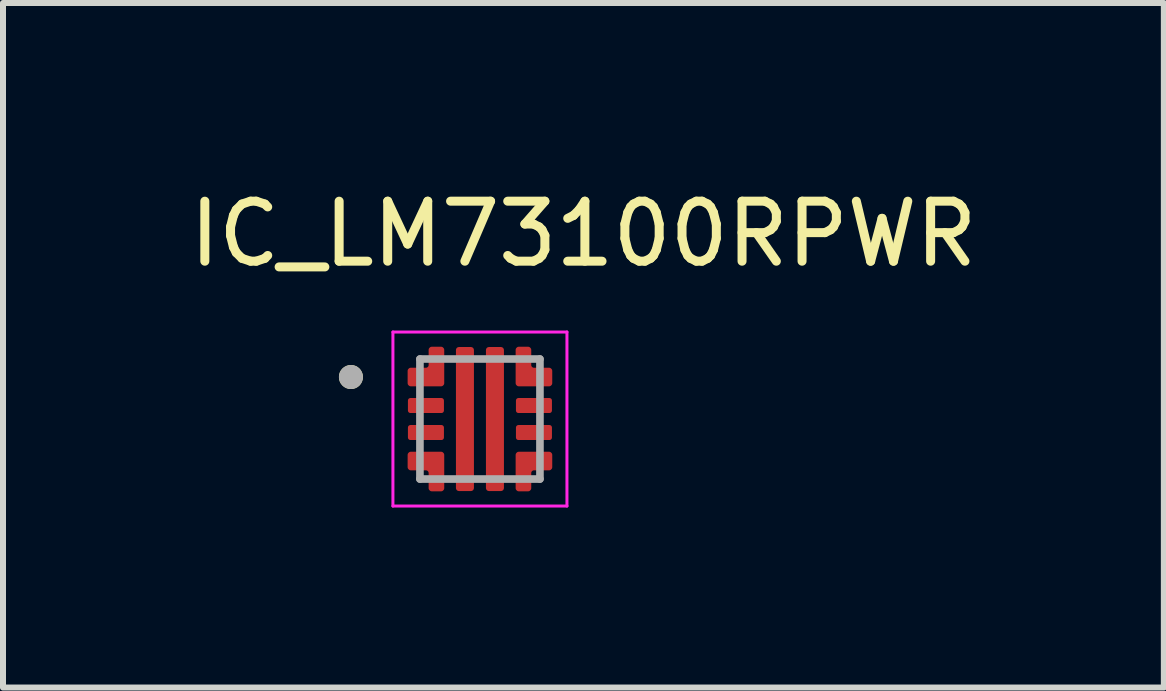
<source format=kicad_pcb>
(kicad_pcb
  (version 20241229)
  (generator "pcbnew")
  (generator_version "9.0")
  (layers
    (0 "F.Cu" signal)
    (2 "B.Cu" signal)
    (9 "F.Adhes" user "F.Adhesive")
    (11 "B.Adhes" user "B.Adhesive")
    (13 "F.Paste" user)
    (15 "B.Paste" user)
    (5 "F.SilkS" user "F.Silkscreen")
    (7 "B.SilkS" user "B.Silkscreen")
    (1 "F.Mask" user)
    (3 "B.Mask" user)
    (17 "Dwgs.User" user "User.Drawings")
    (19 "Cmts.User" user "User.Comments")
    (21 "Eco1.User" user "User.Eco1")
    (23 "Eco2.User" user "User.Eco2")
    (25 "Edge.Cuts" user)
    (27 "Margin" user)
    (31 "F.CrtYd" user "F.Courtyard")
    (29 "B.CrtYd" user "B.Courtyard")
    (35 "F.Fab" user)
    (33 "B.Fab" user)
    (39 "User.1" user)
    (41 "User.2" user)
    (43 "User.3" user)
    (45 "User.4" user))
  (footprint "IC_LM73100RPWR"
    (layer "F.Cu")
    (at 4.948 3.933)
    (property "Reference" "IC_LM73100RPWR" (at 1.725 -3.085 0) (layer "F.SilkS") (effects (font (size 1 1) (thickness 0.15))))
    (attr smd)
    (fp_poly (pts (xy -1.2 -0.4) (xy -0.6 -0.4) (xy -0.597 -0.399) (xy -0.594 -0.398) (xy -0.591 -0.397) (xy -0.588 -0.396) (xy -0.585 -0.395) (xy -0.582 -0.393) (xy -0.579 -0.392) (xy -0.576 -0.39) (xy -0.573 -0.388) (xy -0.571 -0.386) (xy -0.568 -0.383) (xy -0.566 -0.381) (xy -0.564 -0.378) (xy -0.562 -0.376) (xy -0.56 -0.373) (xy -0.558 -0.37) (xy -0.556 -0.367) (xy -0.555 -0.364) (xy -0.553 -0.361) (xy -0.552 -0.358) (xy -0.551 -0.355) (xy -0.55 -0.352) (xy -0.55 -0.349) (xy -0.549 -0.345) (xy -0.549 -0.342) (xy -0.549 -0.339) (xy -0.549 -0.335) (xy -0.549 -0.332) (xy -0.549 -0.329) (xy -0.55 -0.325) (xy -0.55 -0.125) (xy -0.549 -0.121) (xy -0.549 -0.118) (xy -0.549 -0.115) (xy -0.549 -0.111) (xy -0.549 -0.108) (xy -0.549 -0.105) (xy -0.55 -0.101) (xy -0.55 -0.098) (xy -0.551 -0.095) (xy -0.552 -0.092) (xy -0.553 -0.089) (xy -0.555 -0.086) (xy -0.556 -0.083) (xy -0.558 -0.08) (xy -0.56 -0.077) (xy -0.562 -0.074) (xy -0.564 -0.072) (xy -0.566 -0.069) (xy -0.568 -0.067) (xy -0.571 -0.064) (xy -0.573 -0.062) (xy -0.576 -0.06) (xy -0.579 -0.058) (xy -0.582 -0.057) (xy -0.585 -0.055) (xy -0.588 -0.054) (xy -0.591 -0.053) (xy -0.594 -0.052) (xy -0.597 -0.051) (xy -0.6 -0.05) (xy -1.2 -0.05) (xy -1.203 -0.051) (xy -1.206 -0.052) (xy -1.209 -0.053) (xy -1.212 -0.054) (xy -1.215 -0.055) (xy -1.218 -0.057) (xy -1.221 -0.058) (xy -1.224 -0.06) (xy -1.227 -0.062) (xy -1.229 -0.064) (xy -1.232 -0.067) (xy -1.234 -0.069) (xy -1.236 -0.072) (xy -1.238 -0.074) (xy -1.24 -0.077) (xy -1.242 -0.08) (xy -1.244 -0.083) (xy -1.245 -0.086) (xy -1.247 -0.089) (xy -1.248 -0.092) (xy -1.249 -0.095) (xy -1.25 -0.098) (xy -1.25 -0.101) (xy -1.251 -0.105) (xy -1.251 -0.108) (xy -1.251 -0.111) (xy -1.251 -0.115) (xy -1.251 -0.118) (xy -1.251 -0.121) (xy -1.25 -0.125) (xy -1.25 -0.325) (xy -1.251 -0.329) (xy -1.251 -0.332) (xy -1.251 -0.335) (xy -1.251 -0.339) (xy -1.251 -0.342) (xy -1.251 -0.345) (xy -1.25 -0.349) (xy -1.25 -0.352) (xy -1.249 -0.355) (xy -1.248 -0.358) (xy -1.247 -0.361) (xy -1.245 -0.364) (xy -1.244 -0.367) (xy -1.242 -0.37) (xy -1.24 -0.373) (xy -1.238 -0.376) (xy -1.236 -0.378) (xy -1.234 -0.381) (xy -1.232 -0.383) (xy -1.229 -0.386) (xy -1.227 -0.388) (xy -1.224 -0.39) (xy -1.221 -0.392) (xy -1.218 -0.393) (xy -1.215 -0.395) (xy -1.212 -0.396) (xy -1.209 -0.397) (xy -1.206 -0.398) (xy -1.203 -0.399) (xy -1.2 -0.4)) (stroke (width 0.01) (type solid)) (fill yes) (layer "F.Mask"))
    (fp_poly (pts (xy -1.2 0.05) (xy -0.6 0.05) (xy -0.597 0.051) (xy -0.594 0.052) (xy -0.591 0.053) (xy -0.588 0.054) (xy -0.585 0.055) (xy -0.582 0.057) (xy -0.579 0.058) (xy -0.576 0.06) (xy -0.573 0.062) (xy -0.571 0.064) (xy -0.568 0.067) (xy -0.566 0.069) (xy -0.564 0.072) (xy -0.562 0.074) (xy -0.56 0.077) (xy -0.558 0.08) (xy -0.556 0.083) (xy -0.555 0.086) (xy -0.553 0.089) (xy -0.552 0.092) (xy -0.551 0.095) (xy -0.55 0.098) (xy -0.55 0.101) (xy -0.549 0.105) (xy -0.549 0.108) (xy -0.549 0.111) (xy -0.549 0.115) (xy -0.549 0.118) (xy -0.549 0.121) (xy -0.55 0.125) (xy -0.55 0.325) (xy -0.549 0.329) (xy -0.549 0.332) (xy -0.549 0.335) (xy -0.549 0.339) (xy -0.549 0.342) (xy -0.549 0.345) (xy -0.55 0.349) (xy -0.55 0.352) (xy -0.551 0.355) (xy -0.552 0.358) (xy -0.553 0.361) (xy -0.555 0.364) (xy -0.556 0.367) (xy -0.558 0.37) (xy -0.56 0.373) (xy -0.562 0.376) (xy -0.564 0.378) (xy -0.566 0.381) (xy -0.568 0.383) (xy -0.571 0.386) (xy -0.573 0.388) (xy -0.576 0.39) (xy -0.579 0.392) (xy -0.582 0.393) (xy -0.585 0.395) (xy -0.588 0.396) (xy -0.591 0.397) (xy -0.594 0.398) (xy -0.597 0.399) (xy -0.6 0.4) (xy -1.2 0.4) (xy -1.203 0.399) (xy -1.206 0.398) (xy -1.209 0.397) (xy -1.212 0.396) (xy -1.215 0.395) (xy -1.218 0.393) (xy -1.221 0.392) (xy -1.224 0.39) (xy -1.227 0.388) (xy -1.229 0.386) (xy -1.232 0.383) (xy -1.234 0.381) (xy -1.236 0.378) (xy -1.238 0.376) (xy -1.24 0.373) (xy -1.242 0.37) (xy -1.244 0.367) (xy -1.245 0.364) (xy -1.247 0.361) (xy -1.248 0.358) (xy -1.249 0.355) (xy -1.25 0.352) (xy -1.25 0.349) (xy -1.251 0.345) (xy -1.251 0.342) (xy -1.251 0.339) (xy -1.251 0.335) (xy -1.251 0.332) (xy -1.251 0.329) (xy -1.25 0.325) (xy -1.25 0.125) (xy -1.251 0.121) (xy -1.251 0.118) (xy -1.251 0.115) (xy -1.251 0.111) (xy -1.251 0.108) (xy -1.251 0.105) (xy -1.25 0.101) (xy -1.25 0.098) (xy -1.249 0.095) (xy -1.248 0.092) (xy -1.247 0.089) (xy -1.245 0.086) (xy -1.244 0.083) (xy -1.242 0.08) (xy -1.24 0.077) (xy -1.238 0.074) (xy -1.236 0.072) (xy -1.234 0.069) (xy -1.232 0.067) (xy -1.229 0.064) (xy -1.227 0.062) (xy -1.224 0.06) (xy -1.221 0.058) (xy -1.218 0.057) (xy -1.215 0.055) (xy -1.212 0.054) (xy -1.209 0.053) (xy -1.206 0.052) (xy -1.203 0.051) (xy -1.2 0.05)) (stroke (width 0.01) (type solid)) (fill yes) (layer "F.Mask"))
    (fp_poly (pts (xy -0.45 -1.2) (xy -0.45 1.2) (xy -0.45 1.203) (xy -0.45 1.205) (xy -0.449 1.208) (xy -0.449 1.21) (xy -0.448 1.213) (xy -0.448 1.215) (xy -0.447 1.218) (xy -0.446 1.22) (xy -0.445 1.223) (xy -0.443 1.225) (xy -0.442 1.227) (xy -0.44 1.229) (xy -0.439 1.231) (xy -0.437 1.233) (xy -0.435 1.235) (xy -0.433 1.237) (xy -0.431 1.239) (xy -0.429 1.24) (xy -0.427 1.242) (xy -0.425 1.243) (xy -0.423 1.245) (xy -0.42 1.246) (xy -0.418 1.247) (xy -0.415 1.248) (xy -0.413 1.248) (xy -0.41 1.249) (xy -0.408 1.249) (xy -0.405 1.25) (xy -0.403 1.25) (xy -0.4 1.25) (xy -0.1 1.25) (xy -0.097 1.25) (xy -0.095 1.25) (xy -0.092 1.249) (xy -0.09 1.249) (xy -0.087 1.248) (xy -0.085 1.248) (xy -0.082 1.247) (xy -0.08 1.246) (xy -0.077 1.245) (xy -0.075 1.243) (xy -0.073 1.242) (xy -0.071 1.24) (xy -0.069 1.239) (xy -0.067 1.237) (xy -0.065 1.235) (xy -0.063 1.233) (xy -0.061 1.231) (xy -0.06 1.229) (xy -0.058 1.227) (xy -0.057 1.225) (xy -0.055 1.223) (xy -0.054 1.22) (xy -0.053 1.218) (xy -0.052 1.215) (xy -0.052 1.213) (xy -0.051 1.21) (xy -0.051 1.208) (xy -0.05 1.205) (xy -0.05 1.203) (xy -0.05 1.2) (xy -0.05 -1.2) (xy -0.05 -1.203) (xy -0.05 -1.205) (xy -0.051 -1.208) (xy -0.051 -1.21) (xy -0.052 -1.213) (xy -0.052 -1.215) (xy -0.053 -1.218) (xy -0.054 -1.22) (xy -0.055 -1.223) (xy -0.057 -1.225) (xy -0.058 -1.227) (xy -0.06 -1.229) (xy -0.061 -1.231) (xy -0.063 -1.233) (xy -0.065 -1.235) (xy -0.067 -1.237) (xy -0.069 -1.239) (xy -0.071 -1.24) (xy -0.073 -1.242) (xy -0.075 -1.243) (xy -0.077 -1.245) (xy -0.08 -1.246) (xy -0.082 -1.247) (xy -0.085 -1.248) (xy -0.087 -1.248) (xy -0.09 -1.249) (xy -0.092 -1.249) (xy -0.095 -1.25) (xy -0.097 -1.25) (xy -0.1 -1.25) (xy -0.4 -1.25) (xy -0.403 -1.25) (xy -0.405 -1.25) (xy -0.408 -1.249) (xy -0.41 -1.249) (xy -0.413 -1.248) (xy -0.415 -1.248) (xy -0.418 -1.247) (xy -0.42 -1.246) (xy -0.423 -1.245) (xy -0.425 -1.243) (xy -0.427 -1.242) (xy -0.429 -1.24) (xy -0.431 -1.239) (xy -0.433 -1.237) (xy -0.435 -1.235) (xy -0.437 -1.233) (xy -0.439 -1.231) (xy -0.44 -1.229) (xy -0.442 -1.227) (xy -0.443 -1.225) (xy -0.445 -1.223) (xy -0.446 -1.22) (xy -0.447 -1.218) (xy -0.448 -1.215) (xy -0.448 -1.213) (xy -0.449 -1.21) (xy -0.449 -1.208) (xy -0.45 -1.205) (xy -0.45 -1.203) (xy -0.45 -1.2)) (stroke (width 0.01) (type solid)) (fill yes) (layer "F.Mask"))
    (fp_poly (pts (xy 0.05 -1.2) (xy 0.05 1.2) (xy 0.05 1.203) (xy 0.05 1.205) (xy 0.051 1.208) (xy 0.051 1.21) (xy 0.052 1.213) (xy 0.052 1.215) (xy 0.053 1.218) (xy 0.054 1.22) (xy 0.055 1.223) (xy 0.057 1.225) (xy 0.058 1.227) (xy 0.06 1.229) (xy 0.061 1.231) (xy 0.063 1.233) (xy 0.065 1.235) (xy 0.067 1.237) (xy 0.069 1.239) (xy 0.071 1.24) (xy 0.073 1.242) (xy 0.075 1.243) (xy 0.077 1.245) (xy 0.08 1.246) (xy 0.082 1.247) (xy 0.085 1.248) (xy 0.087 1.248) (xy 0.09 1.249) (xy 0.092 1.249) (xy 0.095 1.25) (xy 0.097 1.25) (xy 0.1 1.25) (xy 0.4 1.25) (xy 0.403 1.25) (xy 0.405 1.25) (xy 0.408 1.249) (xy 0.41 1.249) (xy 0.413 1.248) (xy 0.415 1.248) (xy 0.418 1.247) (xy 0.42 1.246) (xy 0.423 1.245) (xy 0.425 1.243) (xy 0.427 1.242) (xy 0.429 1.24) (xy 0.431 1.239) (xy 0.433 1.237) (xy 0.435 1.235) (xy 0.437 1.233) (xy 0.439 1.231) (xy 0.44 1.229) (xy 0.442 1.227) (xy 0.443 1.225) (xy 0.445 1.223) (xy 0.446 1.22) (xy 0.447 1.218) (xy 0.448 1.215) (xy 0.448 1.213) (xy 0.449 1.21) (xy 0.449 1.208) (xy 0.45 1.205) (xy 0.45 1.203) (xy 0.45 1.2) (xy 0.45 -1.2) (xy 0.45 -1.203) (xy 0.45 -1.205) (xy 0.449 -1.208) (xy 0.449 -1.21) (xy 0.448 -1.213) (xy 0.448 -1.215) (xy 0.447 -1.218) (xy 0.446 -1.22) (xy 0.445 -1.223) (xy 0.443 -1.225) (xy 0.442 -1.227) (xy 0.44 -1.229) (xy 0.439 -1.231) (xy 0.437 -1.233) (xy 0.435 -1.235) (xy 0.433 -1.237) (xy 0.431 -1.239) (xy 0.429 -1.24) (xy 0.427 -1.242) (xy 0.425 -1.243) (xy 0.423 -1.245) (xy 0.42 -1.246) (xy 0.418 -1.247) (xy 0.415 -1.248) (xy 0.413 -1.248) (xy 0.41 -1.249) (xy 0.408 -1.249) (xy 0.405 -1.25) (xy 0.403 -1.25) (xy 0.4 -1.25) (xy 0.1 -1.25) (xy 0.097 -1.25) (xy 0.095 -1.25) (xy 0.092 -1.249) (xy 0.09 -1.249) (xy 0.087 -1.248) (xy 0.085 -1.248) (xy 0.082 -1.247) (xy 0.08 -1.246) (xy 0.077 -1.245) (xy 0.075 -1.243) (xy 0.073 -1.242) (xy 0.071 -1.24) (xy 0.069 -1.239) (xy 0.067 -1.237) (xy 0.065 -1.235) (xy 0.063 -1.233) (xy 0.061 -1.231) (xy 0.06 -1.229) (xy 0.058 -1.227) (xy 0.057 -1.225) (xy 0.055 -1.223) (xy 0.054 -1.22) (xy 0.053 -1.218) (xy 0.052 -1.215) (xy 0.052 -1.213) (xy 0.051 -1.21) (xy 0.051 -1.208) (xy 0.05 -1.205) (xy 0.05 -1.203) (xy 0.05 -1.2)) (stroke (width 0.01) (type solid)) (fill yes) (layer "F.Mask"))
    (fp_poly (pts (xy 0.6 -0.4) (xy 1.2 -0.4) (xy 1.203 -0.399) (xy 1.206 -0.398) (xy 1.209 -0.397) (xy 1.212 -0.396) (xy 1.215 -0.395) (xy 1.218 -0.393) (xy 1.221 -0.392) (xy 1.224 -0.39) (xy 1.227 -0.388) (xy 1.229 -0.386) (xy 1.232 -0.383) (xy 1.234 -0.381) (xy 1.236 -0.378) (xy 1.238 -0.376) (xy 1.24 -0.373) (xy 1.242 -0.37) (xy 1.244 -0.367) (xy 1.245 -0.364) (xy 1.247 -0.361) (xy 1.248 -0.358) (xy 1.249 -0.355) (xy 1.25 -0.352) (xy 1.25 -0.349) (xy 1.251 -0.345) (xy 1.251 -0.342) (xy 1.251 -0.339) (xy 1.251 -0.335) (xy 1.251 -0.332) (xy 1.251 -0.329) (xy 1.25 -0.325) (xy 1.25 -0.125) (xy 1.251 -0.121) (xy 1.251 -0.118) (xy 1.251 -0.115) (xy 1.251 -0.111) (xy 1.251 -0.108) (xy 1.251 -0.105) (xy 1.25 -0.101) (xy 1.25 -0.098) (xy 1.249 -0.095) (xy 1.248 -0.092) (xy 1.247 -0.089) (xy 1.245 -0.086) (xy 1.244 -0.083) (xy 1.242 -0.08) (xy 1.24 -0.077) (xy 1.238 -0.074) (xy 1.236 -0.072) (xy 1.234 -0.069) (xy 1.232 -0.067) (xy 1.229 -0.064) (xy 1.227 -0.062) (xy 1.224 -0.06) (xy 1.221 -0.058) (xy 1.218 -0.057) (xy 1.215 -0.055) (xy 1.212 -0.054) (xy 1.209 -0.053) (xy 1.206 -0.052) (xy 1.203 -0.051) (xy 1.2 -0.05) (xy 0.6 -0.05) (xy 0.597 -0.051) (xy 0.594 -0.052) (xy 0.591 -0.053) (xy 0.588 -0.054) (xy 0.585 -0.055) (xy 0.582 -0.057) (xy 0.579 -0.058) (xy 0.576 -0.06) (xy 0.573 -0.062) (xy 0.571 -0.064) (xy 0.568 -0.067) (xy 0.566 -0.069) (xy 0.564 -0.072) (xy 0.562 -0.074) (xy 0.56 -0.077) (xy 0.558 -0.08) (xy 0.556 -0.083) (xy 0.555 -0.086) (xy 0.553 -0.089) (xy 0.552 -0.092) (xy 0.551 -0.095) (xy 0.55 -0.098) (xy 0.55 -0.101) (xy 0.549 -0.105) (xy 0.549 -0.108) (xy 0.549 -0.111) (xy 0.549 -0.115) (xy 0.549 -0.118) (xy 0.549 -0.121) (xy 0.55 -0.125) (xy 0.55 -0.325) (xy 0.549 -0.329) (xy 0.549 -0.332) (xy 0.549 -0.335) (xy 0.549 -0.339) (xy 0.549 -0.342) (xy 0.549 -0.345) (xy 0.55 -0.349) (xy 0.55 -0.352) (xy 0.551 -0.355) (xy 0.552 -0.358) (xy 0.553 -0.361) (xy 0.555 -0.364) (xy 0.556 -0.367) (xy 0.558 -0.37) (xy 0.56 -0.373) (xy 0.562 -0.376) (xy 0.564 -0.378) (xy 0.566 -0.381) (xy 0.568 -0.383) (xy 0.571 -0.386) (xy 0.573 -0.388) (xy 0.576 -0.39) (xy 0.579 -0.392) (xy 0.582 -0.393) (xy 0.585 -0.395) (xy 0.588 -0.396) (xy 0.591 -0.397) (xy 0.594 -0.398) (xy 0.597 -0.399) (xy 0.6 -0.4)) (stroke (width 0.01) (type solid)) (fill yes) (layer "F.Mask"))
    (fp_poly (pts (xy 0.6 0.05) (xy 1.2 0.05) (xy 1.203 0.051) (xy 1.206 0.052) (xy 1.209 0.053) (xy 1.212 0.054) (xy 1.215 0.055) (xy 1.218 0.057) (xy 1.221 0.058) (xy 1.224 0.06) (xy 1.227 0.062) (xy 1.229 0.064) (xy 1.232 0.067) (xy 1.234 0.069) (xy 1.236 0.072) (xy 1.238 0.074) (xy 1.24 0.077) (xy 1.242 0.08) (xy 1.244 0.083) (xy 1.245 0.086) (xy 1.247 0.089) (xy 1.248 0.092) (xy 1.249 0.095) (xy 1.25 0.098) (xy 1.25 0.101) (xy 1.251 0.105) (xy 1.251 0.108) (xy 1.251 0.111) (xy 1.251 0.115) (xy 1.251 0.118) (xy 1.251 0.121) (xy 1.25 0.125) (xy 1.25 0.325) (xy 1.251 0.329) (xy 1.251 0.332) (xy 1.251 0.335) (xy 1.251 0.339) (xy 1.251 0.342) (xy 1.251 0.345) (xy 1.25 0.349) (xy 1.25 0.352) (xy 1.249 0.355) (xy 1.248 0.358) (xy 1.247 0.361) (xy 1.245 0.364) (xy 1.244 0.367) (xy 1.242 0.37) (xy 1.24 0.373) (xy 1.238 0.376) (xy 1.236 0.378) (xy 1.234 0.381) (xy 1.232 0.383) (xy 1.229 0.386) (xy 1.227 0.388) (xy 1.224 0.39) (xy 1.221 0.392) (xy 1.218 0.393) (xy 1.215 0.395) (xy 1.212 0.396) (xy 1.209 0.397) (xy 1.206 0.398) (xy 1.203 0.399) (xy 1.2 0.4) (xy 0.6 0.4) (xy 0.597 0.399) (xy 0.594 0.398) (xy 0.591 0.397) (xy 0.588 0.396) (xy 0.585 0.395) (xy 0.582 0.393) (xy 0.579 0.392) (xy 0.576 0.39) (xy 0.573 0.388) (xy 0.571 0.386) (xy 0.568 0.383) (xy 0.566 0.381) (xy 0.564 0.378) (xy 0.562 0.376) (xy 0.56 0.373) (xy 0.558 0.37) (xy 0.556 0.367) (xy 0.555 0.364) (xy 0.553 0.361) (xy 0.552 0.358) (xy 0.551 0.355) (xy 0.55 0.352) (xy 0.55 0.349) (xy 0.549 0.345) (xy 0.549 0.342) (xy 0.549 0.339) (xy 0.549 0.335) (xy 0.549 0.332) (xy 0.549 0.329) (xy 0.55 0.325) (xy 0.55 0.125) (xy 0.549 0.121) (xy 0.549 0.118) (xy 0.549 0.115) (xy 0.549 0.111) (xy 0.549 0.108) (xy 0.549 0.105) (xy 0.55 0.101) (xy 0.55 0.098) (xy 0.551 0.095) (xy 0.552 0.092) (xy 0.553 0.089) (xy 0.555 0.086) (xy 0.556 0.083) (xy 0.558 0.08) (xy 0.56 0.077) (xy 0.562 0.074) (xy 0.564 0.072) (xy 0.566 0.069) (xy 0.568 0.067) (xy 0.571 0.064) (xy 0.573 0.062) (xy 0.576 0.06) (xy 0.579 0.058) (xy 0.582 0.057) (xy 0.585 0.055) (xy 0.588 0.054) (xy 0.591 0.053) (xy 0.594 0.052) (xy 0.597 0.051) (xy 0.6 0.05)) (stroke (width 0.01) (type solid)) (fill yes) (layer "F.Mask"))
    (fp_poly (pts (xy -1.25 -0.8) (xy -1.25 -0.6) (xy -1.25 -0.595) (xy -1.249 -0.59) (xy -1.249 -0.584) (xy -1.248 -0.579) (xy -1.247 -0.574) (xy -1.245 -0.569) (xy -1.243 -0.564) (xy -1.241 -0.559) (xy -1.239 -0.555) (xy -1.237 -0.55) (xy -1.234 -0.546) (xy -1.231 -0.541) (xy -1.228 -0.537) (xy -1.224 -0.533) (xy -1.221 -0.529) (xy -1.217 -0.526) (xy -1.213 -0.522) (xy -1.209 -0.519) (xy -1.204 -0.516) (xy -1.2 -0.513) (xy -1.195 -0.511) (xy -1.191 -0.509) (xy -1.186 -0.507) (xy -1.181 -0.505) (xy -1.176 -0.503) (xy -1.171 -0.502) (xy -1.166 -0.501) (xy -1.16 -0.501) (xy -1.155 -0.5) (xy -1.15 -0.5) (xy -0.65 -0.5) (xy -0.645 -0.5) (xy -0.64 -0.501) (xy -0.634 -0.501) (xy -0.629 -0.502) (xy -0.624 -0.503) (xy -0.619 -0.505) (xy -0.614 -0.507) (xy -0.609 -0.509) (xy -0.605 -0.511) (xy -0.6 -0.513) (xy -0.596 -0.516) (xy -0.591 -0.519) (xy -0.587 -0.522) (xy -0.583 -0.526) (xy -0.579 -0.529) (xy -0.576 -0.533) (xy -0.572 -0.537) (xy -0.569 -0.541) (xy -0.566 -0.546) (xy -0.563 -0.55) (xy -0.561 -0.555) (xy -0.559 -0.559) (xy -0.557 -0.564) (xy -0.555 -0.569) (xy -0.553 -0.574) (xy -0.552 -0.579) (xy -0.551 -0.584) (xy -0.551 -0.59) (xy -0.55 -0.595) (xy -0.55 -0.6) (xy -0.55 -1.15) (xy -0.55 -1.155) (xy -0.551 -1.16) (xy -0.551 -1.166) (xy -0.552 -1.171) (xy -0.553 -1.176) (xy -0.555 -1.181) (xy -0.557 -1.186) (xy -0.559 -1.191) (xy -0.561 -1.195) (xy -0.563 -1.2) (xy -0.566 -1.204) (xy -0.569 -1.209) (xy -0.572 -1.213) (xy -0.576 -1.217) (xy -0.579 -1.221) (xy -0.583 -1.224) (xy -0.587 -1.228) (xy -0.591 -1.231) (xy -0.596 -1.234) (xy -0.6 -1.237) (xy -0.605 -1.239) (xy -0.609 -1.241) (xy -0.614 -1.243) (xy -0.619 -1.245) (xy -0.624 -1.247) (xy -0.629 -1.248) (xy -0.634 -1.249) (xy -0.64 -1.249) (xy -0.645 -1.25) (xy -0.65 -1.25) (xy -0.8 -1.25) (xy -0.805 -1.25) (xy -0.81 -1.249) (xy -0.816 -1.249) (xy -0.821 -1.248) (xy -0.826 -1.247) (xy -0.831 -1.245) (xy -0.836 -1.243) (xy -0.841 -1.241) (xy -0.845 -1.239) (xy -0.85 -1.237) (xy -0.854 -1.234) (xy -0.859 -1.231) (xy -0.863 -1.228) (xy -0.867 -1.224) (xy -0.871 -1.221) (xy -0.874 -1.217) (xy -0.878 -1.213) (xy -0.881 -1.209) (xy -0.884 -1.204) (xy -0.887 -1.2) (xy -0.889 -1.195) (xy -0.891 -1.191) (xy -0.893 -1.186) (xy -0.895 -1.181) (xy -0.897 -1.176) (xy -0.898 -1.171) (xy -0.899 -1.166) (xy -0.899 -1.16) (xy -0.9 -1.155) (xy -0.9 -1.15) (xy -0.9 -0.95) (xy -0.9 -0.947) (xy -0.9 -0.945) (xy -0.901 -0.942) (xy -0.901 -0.94) (xy -0.902 -0.937) (xy -0.902 -0.935) (xy -0.903 -0.932) (xy -0.904 -0.93) (xy -0.905 -0.927) (xy -0.907 -0.925) (xy -0.908 -0.923) (xy -0.91 -0.921) (xy -0.911 -0.919) (xy -0.913 -0.917) (xy -0.915 -0.915) (xy -0.917 -0.913) (xy -0.919 -0.911) (xy -0.921 -0.91) (xy -0.923 -0.908) (xy -0.925 -0.907) (xy -0.927 -0.905) (xy -0.93 -0.904) (xy -0.932 -0.903) (xy -0.935 -0.902) (xy -0.937 -0.902) (xy -0.94 -0.901) (xy -0.942 -0.901) (xy -0.945 -0.9) (xy -0.947 -0.9) (xy -0.95 -0.9) (xy -1.15 -0.9) (xy -1.155 -0.9) (xy -1.16 -0.899) (xy -1.166 -0.899) (xy -1.171 -0.898) (xy -1.176 -0.897) (xy -1.181 -0.895) (xy -1.186 -0.893) (xy -1.191 -0.891) (xy -1.195 -0.889) (xy -1.2 -0.887) (xy -1.204 -0.884) (xy -1.209 -0.881) (xy -1.213 -0.878) (xy -1.217 -0.874) (xy -1.221 -0.871) (xy -1.224 -0.867) (xy -1.228 -0.863) (xy -1.231 -0.859) (xy -1.234 -0.854) (xy -1.237 -0.85) (xy -1.239 -0.845) (xy -1.241 -0.841) (xy -1.243 -0.836) (xy -1.245 -0.831) (xy -1.247 -0.826) (xy -1.248 -0.821) (xy -1.249 -0.816) (xy -1.249 -0.81) (xy -1.25 -0.805) (xy -1.25 -0.8)) (stroke (width 0.01) (type solid)) (fill yes) (layer "F.Mask"))
    (fp_poly (pts (xy -1.25 0.8) (xy -1.25 0.6) (xy -1.25 0.595) (xy -1.249 0.59) (xy -1.249 0.584) (xy -1.248 0.579) (xy -1.247 0.574) (xy -1.245 0.569) (xy -1.243 0.564) (xy -1.241 0.559) (xy -1.239 0.555) (xy -1.237 0.55) (xy -1.234 0.546) (xy -1.231 0.541) (xy -1.228 0.537) (xy -1.224 0.533) (xy -1.221 0.529) (xy -1.217 0.526) (xy -1.213 0.522) (xy -1.209 0.519) (xy -1.204 0.516) (xy -1.2 0.513) (xy -1.195 0.511) (xy -1.191 0.509) (xy -1.186 0.507) (xy -1.181 0.505) (xy -1.176 0.503) (xy -1.171 0.502) (xy -1.166 0.501) (xy -1.16 0.501) (xy -1.155 0.5) (xy -1.15 0.5) (xy -0.65 0.5) (xy -0.645 0.5) (xy -0.64 0.501) (xy -0.634 0.501) (xy -0.629 0.502) (xy -0.624 0.503) (xy -0.619 0.505) (xy -0.614 0.507) (xy -0.609 0.509) (xy -0.605 0.511) (xy -0.6 0.513) (xy -0.596 0.516) (xy -0.591 0.519) (xy -0.587 0.522) (xy -0.583 0.526) (xy -0.579 0.529) (xy -0.576 0.533) (xy -0.572 0.537) (xy -0.569 0.541) (xy -0.566 0.546) (xy -0.563 0.55) (xy -0.561 0.555) (xy -0.559 0.559) (xy -0.557 0.564) (xy -0.555 0.569) (xy -0.553 0.574) (xy -0.552 0.579) (xy -0.551 0.584) (xy -0.551 0.59) (xy -0.55 0.595) (xy -0.55 0.6) (xy -0.55 1.15) (xy -0.55 1.155) (xy -0.551 1.16) (xy -0.551 1.166) (xy -0.552 1.171) (xy -0.553 1.176) (xy -0.555 1.181) (xy -0.557 1.186) (xy -0.559 1.191) (xy -0.561 1.195) (xy -0.563 1.2) (xy -0.566 1.204) (xy -0.569 1.209) (xy -0.572 1.213) (xy -0.576 1.217) (xy -0.579 1.221) (xy -0.583 1.224) (xy -0.587 1.228) (xy -0.591 1.231) (xy -0.596 1.234) (xy -0.6 1.237) (xy -0.605 1.239) (xy -0.609 1.241) (xy -0.614 1.243) (xy -0.619 1.245) (xy -0.624 1.247) (xy -0.629 1.248) (xy -0.634 1.249) (xy -0.64 1.249) (xy -0.645 1.25) (xy -0.65 1.25) (xy -0.8 1.25) (xy -0.805 1.25) (xy -0.81 1.249) (xy -0.816 1.249) (xy -0.821 1.248) (xy -0.826 1.247) (xy -0.831 1.245) (xy -0.836 1.243) (xy -0.841 1.241) (xy -0.845 1.239) (xy -0.85 1.237) (xy -0.854 1.234) (xy -0.859 1.231) (xy -0.863 1.228) (xy -0.867 1.224) (xy -0.871 1.221) (xy -0.874 1.217) (xy -0.878 1.213) (xy -0.881 1.209) (xy -0.884 1.204) (xy -0.887 1.2) (xy -0.889 1.195) (xy -0.891 1.191) (xy -0.893 1.186) (xy -0.895 1.181) (xy -0.897 1.176) (xy -0.898 1.171) (xy -0.899 1.166) (xy -0.899 1.16) (xy -0.9 1.155) (xy -0.9 1.15) (xy -0.9 0.95) (xy -0.9 0.947) (xy -0.9 0.945) (xy -0.901 0.942) (xy -0.901 0.94) (xy -0.902 0.937) (xy -0.902 0.935) (xy -0.903 0.932) (xy -0.904 0.93) (xy -0.905 0.927) (xy -0.907 0.925) (xy -0.908 0.923) (xy -0.91 0.921) (xy -0.911 0.919) (xy -0.913 0.917) (xy -0.915 0.915) (xy -0.917 0.913) (xy -0.919 0.911) (xy -0.921 0.91) (xy -0.923 0.908) (xy -0.925 0.907) (xy -0.927 0.905) (xy -0.93 0.904) (xy -0.932 0.903) (xy -0.935 0.902) (xy -0.937 0.902) (xy -0.94 0.901) (xy -0.942 0.901) (xy -0.945 0.9) (xy -0.947 0.9) (xy -0.95 0.9) (xy -1.15 0.9) (xy -1.155 0.9) (xy -1.16 0.899) (xy -1.166 0.899) (xy -1.171 0.898) (xy -1.176 0.897) (xy -1.181 0.895) (xy -1.186 0.893) (xy -1.191 0.891) (xy -1.195 0.889) (xy -1.2 0.887) (xy -1.204 0.884) (xy -1.209 0.881) (xy -1.213 0.878) (xy -1.217 0.874) (xy -1.221 0.871) (xy -1.224 0.867) (xy -1.228 0.863) (xy -1.231 0.859) (xy -1.234 0.854) (xy -1.237 0.85) (xy -1.239 0.845) (xy -1.241 0.841) (xy -1.243 0.836) (xy -1.245 0.831) (xy -1.247 0.826) (xy -1.248 0.821) (xy -1.249 0.816) (xy -1.249 0.81) (xy -1.25 0.805) (xy -1.25 0.8)) (stroke (width 0.01) (type solid)) (fill yes) (layer "F.Mask"))
    (fp_poly (pts (xy 0.55 -1.15) (xy 0.55 -0.6) (xy 0.55 -0.595) (xy 0.551 -0.59) (xy 0.551 -0.584) (xy 0.552 -0.579) (xy 0.553 -0.574) (xy 0.555 -0.569) (xy 0.557 -0.564) (xy 0.559 -0.559) (xy 0.561 -0.555) (xy 0.563 -0.55) (xy 0.566 -0.546) (xy 0.569 -0.541) (xy 0.572 -0.537) (xy 0.576 -0.533) (xy 0.579 -0.529) (xy 0.583 -0.526) (xy 0.587 -0.522) (xy 0.591 -0.519) (xy 0.596 -0.516) (xy 0.6 -0.513) (xy 0.605 -0.511) (xy 0.609 -0.509) (xy 0.614 -0.507) (xy 0.619 -0.505) (xy 0.624 -0.503) (xy 0.629 -0.502) (xy 0.634 -0.501) (xy 0.64 -0.501) (xy 0.645 -0.5) (xy 0.65 -0.5) (xy 1.15 -0.5) (xy 1.155 -0.5) (xy 1.16 -0.501) (xy 1.166 -0.501) (xy 1.171 -0.502) (xy 1.176 -0.503) (xy 1.181 -0.505) (xy 1.186 -0.507) (xy 1.191 -0.509) (xy 1.195 -0.511) (xy 1.2 -0.513) (xy 1.204 -0.516) (xy 1.209 -0.519) (xy 1.213 -0.522) (xy 1.217 -0.526) (xy 1.221 -0.529) (xy 1.224 -0.533) (xy 1.228 -0.537) (xy 1.231 -0.541) (xy 1.234 -0.546) (xy 1.237 -0.55) (xy 1.239 -0.555) (xy 1.241 -0.559) (xy 1.243 -0.564) (xy 1.245 -0.569) (xy 1.247 -0.574) (xy 1.248 -0.579) (xy 1.249 -0.584) (xy 1.249 -0.59) (xy 1.25 -0.595) (xy 1.25 -0.6) (xy 1.25 -0.8) (xy 1.25 -0.805) (xy 1.249 -0.81) (xy 1.249 -0.816) (xy 1.248 -0.821) (xy 1.247 -0.826) (xy 1.245 -0.831) (xy 1.243 -0.836) (xy 1.241 -0.841) (xy 1.239 -0.845) (xy 1.237 -0.85) (xy 1.234 -0.854) (xy 1.231 -0.859) (xy 1.228 -0.863) (xy 1.224 -0.867) (xy 1.221 -0.871) (xy 1.217 -0.874) (xy 1.213 -0.878) (xy 1.209 -0.881) (xy 1.204 -0.884) (xy 1.2 -0.887) (xy 1.195 -0.889) (xy 1.191 -0.891) (xy 1.186 -0.893) (xy 1.181 -0.895) (xy 1.176 -0.897) (xy 1.171 -0.898) (xy 1.166 -0.899) (xy 1.16 -0.899) (xy 1.155 -0.9) (xy 1.15 -0.9) (xy 0.95 -0.9) (xy 0.947 -0.9) (xy 0.945 -0.9) (xy 0.942 -0.901) (xy 0.94 -0.901) (xy 0.937 -0.902) (xy 0.935 -0.902) (xy 0.932 -0.903) (xy 0.93 -0.904) (xy 0.927 -0.905) (xy 0.925 -0.907) (xy 0.923 -0.908) (xy 0.921 -0.91) (xy 0.919 -0.911) (xy 0.917 -0.913) (xy 0.915 -0.915) (xy 0.913 -0.917) (xy 0.911 -0.919) (xy 0.91 -0.921) (xy 0.908 -0.923) (xy 0.907 -0.925) (xy 0.905 -0.927) (xy 0.904 -0.93) (xy 0.903 -0.932) (xy 0.902 -0.935) (xy 0.902 -0.937) (xy 0.901 -0.94) (xy 0.901 -0.942) (xy 0.9 -0.945) (xy 0.9 -0.947) (xy 0.9 -0.95) (xy 0.9 -1.15) (xy 0.9 -1.155) (xy 0.899 -1.16) (xy 0.899 -1.166) (xy 0.898 -1.171) (xy 0.897 -1.176) (xy 0.895 -1.181) (xy 0.893 -1.186) (xy 0.891 -1.191) (xy 0.889 -1.195) (xy 0.887 -1.2) (xy 0.884 -1.204) (xy 0.881 -1.209) (xy 0.878 -1.213) (xy 0.874 -1.217) (xy 0.871 -1.221) (xy 0.867 -1.224) (xy 0.863 -1.228) (xy 0.859 -1.231) (xy 0.854 -1.234) (xy 0.85 -1.237) (xy 0.845 -1.239) (xy 0.841 -1.241) (xy 0.836 -1.243) (xy 0.831 -1.245) (xy 0.826 -1.247) (xy 0.821 -1.248) (xy 0.816 -1.249) (xy 0.81 -1.249) (xy 0.805 -1.25) (xy 0.8 -1.25) (xy 0.65 -1.25) (xy 0.645 -1.25) (xy 0.64 -1.249) (xy 0.634 -1.249) (xy 0.629 -1.248) (xy 0.624 -1.247) (xy 0.619 -1.245) (xy 0.614 -1.243) (xy 0.609 -1.241) (xy 0.605 -1.239) (xy 0.6 -1.237) (xy 0.596 -1.234) (xy 0.591 -1.231) (xy 0.587 -1.228) (xy 0.583 -1.224) (xy 0.579 -1.221) (xy 0.576 -1.217) (xy 0.572 -1.213) (xy 0.569 -1.209) (xy 0.566 -1.204) (xy 0.563 -1.2) (xy 0.561 -1.195) (xy 0.559 -1.191) (xy 0.557 -1.186) (xy 0.555 -1.181) (xy 0.553 -1.176) (xy 0.552 -1.171) (xy 0.551 -1.166) (xy 0.551 -1.16) (xy 0.55 -1.155) (xy 0.55 -1.15)) (stroke (width 0.01) (type solid)) (fill yes) (layer "F.Mask"))
    (fp_poly (pts (xy 0.55 0.6) (xy 0.55 1.15) (xy 0.55 1.155) (xy 0.551 1.16) (xy 0.551 1.166) (xy 0.552 1.171) (xy 0.553 1.176) (xy 0.555 1.181) (xy 0.557 1.186) (xy 0.559 1.191) (xy 0.561 1.195) (xy 0.563 1.2) (xy 0.566 1.204) (xy 0.569 1.209) (xy 0.572 1.213) (xy 0.576 1.217) (xy 0.579 1.221) (xy 0.583 1.224) (xy 0.587 1.228) (xy 0.591 1.231) (xy 0.596 1.234) (xy 0.6 1.237) (xy 0.605 1.239) (xy 0.609 1.241) (xy 0.614 1.243) (xy 0.619 1.245) (xy 0.624 1.247) (xy 0.629 1.248) (xy 0.634 1.249) (xy 0.64 1.249) (xy 0.645 1.25) (xy 0.65 1.25) (xy 0.8 1.25) (xy 0.805 1.25) (xy 0.81 1.249) (xy 0.816 1.249) (xy 0.821 1.248) (xy 0.826 1.247) (xy 0.831 1.245) (xy 0.836 1.243) (xy 0.841 1.241) (xy 0.845 1.239) (xy 0.85 1.237) (xy 0.854 1.234) (xy 0.859 1.231) (xy 0.863 1.228) (xy 0.867 1.224) (xy 0.871 1.221) (xy 0.874 1.217) (xy 0.878 1.213) (xy 0.881 1.209) (xy 0.884 1.204) (xy 0.887 1.2) (xy 0.889 1.195) (xy 0.891 1.191) (xy 0.893 1.186) (xy 0.895 1.181) (xy 0.897 1.176) (xy 0.898 1.171) (xy 0.899 1.166) (xy 0.899 1.16) (xy 0.9 1.155) (xy 0.9 1.15) (xy 0.9 0.95) (xy 0.9 0.947) (xy 0.9 0.945) (xy 0.901 0.942) (xy 0.901 0.94) (xy 0.902 0.937) (xy 0.902 0.935) (xy 0.903 0.932) (xy 0.904 0.93) (xy 0.905 0.927) (xy 0.907 0.925) (xy 0.908 0.923) (xy 0.91 0.921) (xy 0.911 0.919) (xy 0.913 0.917) (xy 0.915 0.915) (xy 0.917 0.913) (xy 0.919 0.911) (xy 0.921 0.91) (xy 0.923 0.908) (xy 0.925 0.907) (xy 0.927 0.905) (xy 0.93 0.904) (xy 0.932 0.903) (xy 0.935 0.902) (xy 0.937 0.902) (xy 0.94 0.901) (xy 0.942 0.901) (xy 0.945 0.9) (xy 0.947 0.9) (xy 0.95 0.9) (xy 1.15 0.9) (xy 1.155 0.9) (xy 1.16 0.899) (xy 1.166 0.899) (xy 1.171 0.898) (xy 1.176 0.897) (xy 1.181 0.895) (xy 1.186 0.893) (xy 1.191 0.891) (xy 1.195 0.889) (xy 1.2 0.887) (xy 1.204 0.884) (xy 1.209 0.881) (xy 1.213 0.878) (xy 1.217 0.874) (xy 1.221 0.871) (xy 1.224 0.867) (xy 1.228 0.863) (xy 1.231 0.859) (xy 1.234 0.854) (xy 1.237 0.85) (xy 1.239 0.845) (xy 1.241 0.841) (xy 1.243 0.836) (xy 1.245 0.831) (xy 1.247 0.826) (xy 1.248 0.821) (xy 1.249 0.816) (xy 1.249 0.81) (xy 1.25 0.805) (xy 1.25 0.8) (xy 1.25 0.6) (xy 1.25 0.595) (xy 1.249 0.59) (xy 1.249 0.584) (xy 1.248 0.579) (xy 1.247 0.574) (xy 1.245 0.569) (xy 1.243 0.564) (xy 1.241 0.559) (xy 1.239 0.555) (xy 1.237 0.55) (xy 1.234 0.546) (xy 1.231 0.541) (xy 1.228 0.537) (xy 1.224 0.533) (xy 1.221 0.529) (xy 1.217 0.526) (xy 1.213 0.522) (xy 1.209 0.519) (xy 1.204 0.516) (xy 1.2 0.513) (xy 1.195 0.511) (xy 1.191 0.509) (xy 1.186 0.507) (xy 1.181 0.505) (xy 1.176 0.503) (xy 1.171 0.502) (xy 1.166 0.501) (xy 1.16 0.501) (xy 1.155 0.5) (xy 1.15 0.5) (xy 0.65 0.5) (xy 0.645 0.5) (xy 0.64 0.501) (xy 0.634 0.501) (xy 0.629 0.502) (xy 0.624 0.503) (xy 0.619 0.505) (xy 0.614 0.507) (xy 0.609 0.509) (xy 0.605 0.511) (xy 0.6 0.513) (xy 0.596 0.516) (xy 0.591 0.519) (xy 0.587 0.522) (xy 0.583 0.526) (xy 0.579 0.529) (xy 0.576 0.533) (xy 0.572 0.537) (xy 0.569 0.541) (xy 0.566 0.546) (xy 0.563 0.55) (xy 0.561 0.555) (xy 0.559 0.559) (xy 0.557 0.564) (xy 0.555 0.569) (xy 0.553 0.574) (xy 0.552 0.579) (xy 0.551 0.584) (xy 0.551 0.59) (xy 0.55 0.595) (xy 0.55 0.6)) (stroke (width 0.01) (type solid)) (fill yes) (layer "F.Mask"))
    (fp_circle (center -2.15 -0.7) (end -2.05 -0.7) (stroke (width 0.2) (type solid)) (fill no) (layer "F.SilkS"))
    (fp_poly (pts (xy -0.39 -1.11) (xy -0.39 -0.15) (xy -0.39 -0.147) (xy -0.39 -0.145) (xy -0.389 -0.142) (xy -0.389 -0.14) (xy -0.388 -0.137) (xy -0.388 -0.135) (xy -0.387 -0.132) (xy -0.386 -0.13) (xy -0.385 -0.127) (xy -0.383 -0.125) (xy -0.382 -0.123) (xy -0.38 -0.121) (xy -0.379 -0.119) (xy -0.377 -0.117) (xy -0.375 -0.115) (xy -0.373 -0.113) (xy -0.371 -0.111) (xy -0.369 -0.11) (xy -0.367 -0.108) (xy -0.365 -0.107) (xy -0.363 -0.105) (xy -0.36 -0.104) (xy -0.358 -0.103) (xy -0.355 -0.102) (xy -0.353 -0.102) (xy -0.35 -0.101) (xy -0.348 -0.101) (xy -0.345 -0.1) (xy -0.343 -0.1) (xy -0.34 -0.1) (xy -0.16 -0.1) (xy -0.157 -0.1) (xy -0.155 -0.1) (xy -0.152 -0.101) (xy -0.15 -0.101) (xy -0.147 -0.102) (xy -0.145 -0.102) (xy -0.142 -0.103) (xy -0.14 -0.104) (xy -0.137 -0.105) (xy -0.135 -0.107) (xy -0.133 -0.108) (xy -0.131 -0.11) (xy -0.129 -0.111) (xy -0.127 -0.113) (xy -0.125 -0.115) (xy -0.123 -0.117) (xy -0.121 -0.119) (xy -0.12 -0.121) (xy -0.118 -0.123) (xy -0.117 -0.125) (xy -0.115 -0.127) (xy -0.114 -0.13) (xy -0.113 -0.132) (xy -0.112 -0.135) (xy -0.112 -0.137) (xy -0.111 -0.14) (xy -0.111 -0.142) (xy -0.11 -0.145) (xy -0.11 -0.147) (xy -0.11 -0.15) (xy -0.11 -1.11) (xy -0.11 -1.113) (xy -0.11 -1.115) (xy -0.111 -1.118) (xy -0.111 -1.12) (xy -0.112 -1.123) (xy -0.112 -1.125) (xy -0.113 -1.128) (xy -0.114 -1.13) (xy -0.115 -1.133) (xy -0.117 -1.135) (xy -0.118 -1.137) (xy -0.12 -1.139) (xy -0.121 -1.141) (xy -0.123 -1.143) (xy -0.125 -1.145) (xy -0.127 -1.147) (xy -0.129 -1.149) (xy -0.131 -1.15) (xy -0.133 -1.152) (xy -0.135 -1.153) (xy -0.137 -1.155) (xy -0.14 -1.156) (xy -0.142 -1.157) (xy -0.145 -1.158) (xy -0.147 -1.158) (xy -0.15 -1.159) (xy -0.152 -1.159) (xy -0.155 -1.16) (xy -0.157 -1.16) (xy -0.16 -1.16) (xy -0.34 -1.16) (xy -0.343 -1.16) (xy -0.345 -1.16) (xy -0.348 -1.159) (xy -0.35 -1.159) (xy -0.353 -1.158) (xy -0.355 -1.158) (xy -0.358 -1.157) (xy -0.36 -1.156) (xy -0.363 -1.155) (xy -0.365 -1.153) (xy -0.367 -1.152) (xy -0.369 -1.15) (xy -0.371 -1.149) (xy -0.373 -1.147) (xy -0.375 -1.145) (xy -0.377 -1.143) (xy -0.379 -1.141) (xy -0.38 -1.139) (xy -0.382 -1.137) (xy -0.383 -1.135) (xy -0.385 -1.133) (xy -0.386 -1.13) (xy -0.387 -1.128) (xy -0.388 -1.125) (xy -0.388 -1.123) (xy -0.389 -1.12) (xy -0.389 -1.118) (xy -0.39 -1.115) (xy -0.39 -1.113) (xy -0.39 -1.11)) (stroke (width 0.01) (type solid)) (fill yes) (layer "F.Paste"))
    (fp_poly (pts (xy -0.39 0.15) (xy -0.39 1.11) (xy -0.39 1.113) (xy -0.39 1.115) (xy -0.389 1.118) (xy -0.389 1.12) (xy -0.388 1.123) (xy -0.388 1.125) (xy -0.387 1.128) (xy -0.386 1.13) (xy -0.385 1.133) (xy -0.383 1.135) (xy -0.382 1.137) (xy -0.38 1.139) (xy -0.379 1.141) (xy -0.377 1.143) (xy -0.375 1.145) (xy -0.373 1.147) (xy -0.371 1.149) (xy -0.369 1.15) (xy -0.367 1.152) (xy -0.365 1.153) (xy -0.363 1.155) (xy -0.36 1.156) (xy -0.358 1.157) (xy -0.355 1.158) (xy -0.353 1.158) (xy -0.35 1.159) (xy -0.348 1.159) (xy -0.345 1.16) (xy -0.343 1.16) (xy -0.34 1.16) (xy -0.16 1.16) (xy -0.157 1.16) (xy -0.155 1.16) (xy -0.152 1.159) (xy -0.15 1.159) (xy -0.147 1.158) (xy -0.145 1.158) (xy -0.142 1.157) (xy -0.14 1.156) (xy -0.137 1.155) (xy -0.135 1.153) (xy -0.133 1.152) (xy -0.131 1.15) (xy -0.129 1.149) (xy -0.127 1.147) (xy -0.125 1.145) (xy -0.123 1.143) (xy -0.121 1.141) (xy -0.12 1.139) (xy -0.118 1.137) (xy -0.117 1.135) (xy -0.115 1.133) (xy -0.114 1.13) (xy -0.113 1.128) (xy -0.112 1.125) (xy -0.112 1.123) (xy -0.111 1.12) (xy -0.111 1.118) (xy -0.11 1.115) (xy -0.11 1.113) (xy -0.11 1.11) (xy -0.11 0.15) (xy -0.11 0.147) (xy -0.11 0.145) (xy -0.111 0.142) (xy -0.111 0.14) (xy -0.112 0.137) (xy -0.112 0.135) (xy -0.113 0.132) (xy -0.114 0.13) (xy -0.115 0.127) (xy -0.117 0.125) (xy -0.118 0.123) (xy -0.12 0.121) (xy -0.121 0.119) (xy -0.123 0.117) (xy -0.125 0.115) (xy -0.127 0.113) (xy -0.129 0.111) (xy -0.131 0.11) (xy -0.133 0.108) (xy -0.135 0.107) (xy -0.137 0.105) (xy -0.14 0.104) (xy -0.142 0.103) (xy -0.145 0.102) (xy -0.147 0.102) (xy -0.15 0.101) (xy -0.152 0.101) (xy -0.155 0.1) (xy -0.157 0.1) (xy -0.16 0.1) (xy -0.34 0.1) (xy -0.343 0.1) (xy -0.345 0.1) (xy -0.348 0.101) (xy -0.35 0.101) (xy -0.353 0.102) (xy -0.355 0.102) (xy -0.358 0.103) (xy -0.36 0.104) (xy -0.363 0.105) (xy -0.365 0.107) (xy -0.367 0.108) (xy -0.369 0.11) (xy -0.371 0.111) (xy -0.373 0.113) (xy -0.375 0.115) (xy -0.377 0.117) (xy -0.379 0.119) (xy -0.38 0.121) (xy -0.382 0.123) (xy -0.383 0.125) (xy -0.385 0.127) (xy -0.386 0.13) (xy -0.387 0.132) (xy -0.388 0.135) (xy -0.388 0.137) (xy -0.389 0.14) (xy -0.389 0.142) (xy -0.39 0.145) (xy -0.39 0.147) (xy -0.39 0.15)) (stroke (width 0.01) (type solid)) (fill yes) (layer "F.Paste"))
    (fp_poly (pts (xy 0.11 -0.15) (xy 0.11 -1.11) (xy 0.11 -1.113) (xy 0.11 -1.115) (xy 0.111 -1.118) (xy 0.111 -1.12) (xy 0.112 -1.123) (xy 0.112 -1.125) (xy 0.113 -1.128) (xy 0.114 -1.13) (xy 0.115 -1.133) (xy 0.117 -1.135) (xy 0.118 -1.137) (xy 0.12 -1.139) (xy 0.121 -1.141) (xy 0.123 -1.143) (xy 0.125 -1.145) (xy 0.127 -1.147) (xy 0.129 -1.149) (xy 0.131 -1.15) (xy 0.133 -1.152) (xy 0.135 -1.153) (xy 0.137 -1.155) (xy 0.14 -1.156) (xy 0.142 -1.157) (xy 0.145 -1.158) (xy 0.147 -1.158) (xy 0.15 -1.159) (xy 0.152 -1.159) (xy 0.155 -1.16) (xy 0.157 -1.16) (xy 0.16 -1.16) (xy 0.34 -1.16) (xy 0.343 -1.16) (xy 0.345 -1.16) (xy 0.348 -1.159) (xy 0.35 -1.159) (xy 0.353 -1.158) (xy 0.355 -1.158) (xy 0.358 -1.157) (xy 0.36 -1.156) (xy 0.363 -1.155) (xy 0.365 -1.153) (xy 0.367 -1.152) (xy 0.369 -1.15) (xy 0.371 -1.149) (xy 0.373 -1.147) (xy 0.375 -1.145) (xy 0.377 -1.143) (xy 0.379 -1.141) (xy 0.38 -1.139) (xy 0.382 -1.137) (xy 0.383 -1.135) (xy 0.385 -1.133) (xy 0.386 -1.13) (xy 0.387 -1.128) (xy 0.388 -1.125) (xy 0.388 -1.123) (xy 0.389 -1.12) (xy 0.389 -1.118) (xy 0.39 -1.115) (xy 0.39 -1.113) (xy 0.39 -1.11) (xy 0.39 -0.15) (xy 0.39 -0.147) (xy 0.39 -0.145) (xy 0.389 -0.142) (xy 0.389 -0.14) (xy 0.388 -0.137) (xy 0.388 -0.135) (xy 0.387 -0.132) (xy 0.386 -0.13) (xy 0.385 -0.127) (xy 0.383 -0.125) (xy 0.382 -0.123) (xy 0.38 -0.121) (xy 0.379 -0.119) (xy 0.377 -0.117) (xy 0.375 -0.115) (xy 0.373 -0.113) (xy 0.371 -0.111) (xy 0.369 -0.11) (xy 0.367 -0.108) (xy 0.365 -0.107) (xy 0.363 -0.105) (xy 0.36 -0.104) (xy 0.358 -0.103) (xy 0.355 -0.102) (xy 0.353 -0.102) (xy 0.35 -0.101) (xy 0.348 -0.101) (xy 0.345 -0.1) (xy 0.343 -0.1) (xy 0.34 -0.1) (xy 0.16 -0.1) (xy 0.157 -0.1) (xy 0.155 -0.1) (xy 0.152 -0.101) (xy 0.15 -0.101) (xy 0.147 -0.102) (xy 0.145 -0.102) (xy 0.142 -0.103) (xy 0.14 -0.104) (xy 0.137 -0.105) (xy 0.135 -0.107) (xy 0.133 -0.108) (xy 0.131 -0.11) (xy 0.129 -0.111) (xy 0.127 -0.113) (xy 0.125 -0.115) (xy 0.123 -0.117) (xy 0.121 -0.119) (xy 0.12 -0.121) (xy 0.118 -0.123) (xy 0.117 -0.125) (xy 0.115 -0.127) (xy 0.114 -0.13) (xy 0.113 -0.132) (xy 0.112 -0.135) (xy 0.112 -0.137) (xy 0.111 -0.14) (xy 0.111 -0.142) (xy 0.11 -0.145) (xy 0.11 -0.147) (xy 0.11 -0.15)) (stroke (width 0.01) (type solid)) (fill yes) (layer "F.Paste"))
    (fp_poly (pts (xy 0.11 1.11) (xy 0.11 0.15) (xy 0.11 0.147) (xy 0.11 0.145) (xy 0.111 0.142) (xy 0.111 0.14) (xy 0.112 0.137) (xy 0.112 0.135) (xy 0.113 0.132) (xy 0.114 0.13) (xy 0.115 0.127) (xy 0.117 0.125) (xy 0.118 0.123) (xy 0.12 0.121) (xy 0.121 0.119) (xy 0.123 0.117) (xy 0.125 0.115) (xy 0.127 0.113) (xy 0.129 0.111) (xy 0.131 0.11) (xy 0.133 0.108) (xy 0.135 0.107) (xy 0.137 0.105) (xy 0.14 0.104) (xy 0.142 0.103) (xy 0.145 0.102) (xy 0.147 0.102) (xy 0.15 0.101) (xy 0.152 0.101) (xy 0.155 0.1) (xy 0.157 0.1) (xy 0.16 0.1) (xy 0.34 0.1) (xy 0.343 0.1) (xy 0.345 0.1) (xy 0.348 0.101) (xy 0.35 0.101) (xy 0.353 0.102) (xy 0.355 0.102) (xy 0.358 0.103) (xy 0.36 0.104) (xy 0.363 0.105) (xy 0.365 0.107) (xy 0.367 0.108) (xy 0.369 0.11) (xy 0.371 0.111) (xy 0.373 0.113) (xy 0.375 0.115) (xy 0.377 0.117) (xy 0.379 0.119) (xy 0.38 0.121) (xy 0.382 0.123) (xy 0.383 0.125) (xy 0.385 0.127) (xy 0.386 0.13) (xy 0.387 0.132) (xy 0.388 0.135) (xy 0.388 0.137) (xy 0.389 0.14) (xy 0.389 0.142) (xy 0.39 0.145) (xy 0.39 0.147) (xy 0.39 0.15) (xy 0.39 1.11) (xy 0.39 1.113) (xy 0.39 1.115) (xy 0.389 1.118) (xy 0.389 1.12) (xy 0.388 1.123) (xy 0.388 1.125) (xy 0.387 1.128) (xy 0.386 1.13) (xy 0.385 1.133) (xy 0.383 1.135) (xy 0.382 1.137) (xy 0.38 1.139) (xy 0.379 1.141) (xy 0.377 1.143) (xy 0.375 1.145) (xy 0.373 1.147) (xy 0.371 1.149) (xy 0.369 1.15) (xy 0.367 1.152) (xy 0.365 1.153) (xy 0.363 1.155) (xy 0.36 1.156) (xy 0.358 1.157) (xy 0.355 1.158) (xy 0.353 1.158) (xy 0.35 1.159) (xy 0.348 1.159) (xy 0.345 1.16) (xy 0.343 1.16) (xy 0.34 1.16) (xy 0.16 1.16) (xy 0.157 1.16) (xy 0.155 1.16) (xy 0.152 1.159) (xy 0.15 1.159) (xy 0.147 1.158) (xy 0.145 1.158) (xy 0.142 1.157) (xy 0.14 1.156) (xy 0.137 1.155) (xy 0.135 1.153) (xy 0.133 1.152) (xy 0.131 1.15) (xy 0.129 1.149) (xy 0.127 1.147) (xy 0.125 1.145) (xy 0.123 1.143) (xy 0.121 1.141) (xy 0.12 1.139) (xy 0.118 1.137) (xy 0.117 1.135) (xy 0.115 1.133) (xy 0.114 1.13) (xy 0.113 1.128) (xy 0.112 1.125) (xy 0.112 1.123) (xy 0.111 1.12) (xy 0.111 1.118) (xy 0.11 1.115) (xy 0.11 1.113) (xy 0.11 1.11)) (stroke (width 0.01) (type solid)) (fill yes) (layer "F.Paste"))
    (fp_poly (pts (xy -1.2 -0.6) (xy -1.2 -0.775) (xy -1.2 -0.778) (xy -1.2 -0.78) (xy -1.199 -0.783) (xy -1.199 -0.785) (xy -1.198 -0.788) (xy -1.198 -0.79) (xy -1.197 -0.793) (xy -1.196 -0.795) (xy -1.195 -0.798) (xy -1.193 -0.8) (xy -1.192 -0.802) (xy -1.19 -0.804) (xy -1.189 -0.806) (xy -1.187 -0.808) (xy -1.185 -0.81) (xy -1.183 -0.812) (xy -1.181 -0.814) (xy -1.179 -0.815) (xy -1.177 -0.817) (xy -1.175 -0.818) (xy -1.173 -0.82) (xy -1.17 -0.821) (xy -1.168 -0.822) (xy -1.165 -0.823) (xy -1.163 -0.823) (xy -1.16 -0.824) (xy -1.158 -0.824) (xy -1.155 -0.825) (xy -1.153 -0.825) (xy -1.15 -0.825) (xy -0.875 -0.825) (xy -0.872 -0.825) (xy -0.87 -0.825) (xy -0.867 -0.826) (xy -0.865 -0.826) (xy -0.862 -0.827) (xy -0.86 -0.827) (xy -0.857 -0.828) (xy -0.855 -0.829) (xy -0.852 -0.83) (xy -0.85 -0.832) (xy -0.848 -0.833) (xy -0.846 -0.835) (xy -0.844 -0.836) (xy -0.842 -0.838) (xy -0.84 -0.84) (xy -0.838 -0.842) (xy -0.836 -0.844) (xy -0.835 -0.846) (xy -0.833 -0.848) (xy -0.832 -0.85) (xy -0.83 -0.852) (xy -0.829 -0.855) (xy -0.828 -0.857) (xy -0.827 -0.86) (xy -0.827 -0.862) (xy -0.826 -0.865) (xy -0.826 -0.867) (xy -0.825 -0.87) (xy -0.825 -0.872) (xy -0.825 -0.875) (xy -0.825 -1.15) (xy -0.825 -1.153) (xy -0.825 -1.155) (xy -0.824 -1.158) (xy -0.824 -1.16) (xy -0.823 -1.163) (xy -0.823 -1.165) (xy -0.822 -1.168) (xy -0.821 -1.17) (xy -0.82 -1.173) (xy -0.818 -1.175) (xy -0.817 -1.177) (xy -0.815 -1.179) (xy -0.814 -1.181) (xy -0.812 -1.183) (xy -0.81 -1.185) (xy -0.808 -1.187) (xy -0.806 -1.189) (xy -0.804 -1.19) (xy -0.802 -1.192) (xy -0.8 -1.193) (xy -0.798 -1.195) (xy -0.795 -1.196) (xy -0.793 -1.197) (xy -0.79 -1.198) (xy -0.788 -1.198) (xy -0.785 -1.199) (xy -0.783 -1.199) (xy -0.78 -1.2) (xy -0.778 -1.2) (xy -0.775 -1.2) (xy -0.65 -1.2) (xy -0.647 -1.2) (xy -0.645 -1.2) (xy -0.642 -1.199) (xy -0.64 -1.199) (xy -0.637 -1.198) (xy -0.635 -1.198) (xy -0.632 -1.197) (xy -0.63 -1.196) (xy -0.627 -1.195) (xy -0.625 -1.193) (xy -0.623 -1.192) (xy -0.621 -1.19) (xy -0.619 -1.189) (xy -0.617 -1.187) (xy -0.615 -1.185) (xy -0.613 -1.183) (xy -0.611 -1.181) (xy -0.61 -1.179) (xy -0.608 -1.177) (xy -0.607 -1.175) (xy -0.605 -1.173) (xy -0.604 -1.17) (xy -0.603 -1.168) (xy -0.602 -1.165) (xy -0.602 -1.163) (xy -0.601 -1.16) (xy -0.601 -1.158) (xy -0.6 -1.155) (xy -0.6 -1.153) (xy -0.6 -1.15) (xy -0.6 -0.6) (xy -0.6 -0.597) (xy -0.6 -0.595) (xy -0.601 -0.592) (xy -0.601 -0.59) (xy -0.602 -0.587) (xy -0.602 -0.585) (xy -0.603 -0.582) (xy -0.604 -0.58) (xy -0.605 -0.577) (xy -0.607 -0.575) (xy -0.608 -0.573) (xy -0.61 -0.571) (xy -0.611 -0.569) (xy -0.613 -0.567) (xy -0.615 -0.565) (xy -0.617 -0.563) (xy -0.619 -0.561) (xy -0.621 -0.56) (xy -0.623 -0.558) (xy -0.625 -0.557) (xy -0.627 -0.555) (xy -0.63 -0.554) (xy -0.632 -0.553) (xy -0.635 -0.552) (xy -0.637 -0.552) (xy -0.64 -0.551) (xy -0.642 -0.551) (xy -0.645 -0.55) (xy -0.647 -0.55) (xy -0.65 -0.55) (xy -1.15 -0.55) (xy -1.153 -0.55) (xy -1.155 -0.55) (xy -1.158 -0.551) (xy -1.16 -0.551) (xy -1.163 -0.552) (xy -1.165 -0.552) (xy -1.168 -0.553) (xy -1.17 -0.554) (xy -1.173 -0.555) (xy -1.175 -0.557) (xy -1.177 -0.558) (xy -1.179 -0.56) (xy -1.181 -0.561) (xy -1.183 -0.563) (xy -1.185 -0.565) (xy -1.187 -0.567) (xy -1.189 -0.569) (xy -1.19 -0.571) (xy -1.192 -0.573) (xy -1.193 -0.575) (xy -1.195 -0.577) (xy -1.196 -0.58) (xy -1.197 -0.582) (xy -1.198 -0.585) (xy -1.198 -0.587) (xy -1.199 -0.59) (xy -1.199 -0.592) (xy -1.2 -0.595) (xy -1.2 -0.597) (xy -1.2 -0.6)) (stroke (width 0.01) (type solid)) (fill yes) (layer "F.Paste"))
    (fp_poly (pts (xy -1.2 0.775) (xy -1.2 0.6) (xy -1.2 0.597) (xy -1.2 0.595) (xy -1.199 0.592) (xy -1.199 0.59) (xy -1.198 0.587) (xy -1.198 0.585) (xy -1.197 0.582) (xy -1.196 0.58) (xy -1.195 0.577) (xy -1.193 0.575) (xy -1.192 0.573) (xy -1.19 0.571) (xy -1.189 0.569) (xy -1.187 0.567) (xy -1.185 0.565) (xy -1.183 0.563) (xy -1.181 0.561) (xy -1.179 0.56) (xy -1.177 0.558) (xy -1.175 0.557) (xy -1.173 0.555) (xy -1.17 0.554) (xy -1.168 0.553) (xy -1.165 0.552) (xy -1.163 0.552) (xy -1.16 0.551) (xy -1.158 0.551) (xy -1.155 0.55) (xy -1.153 0.55) (xy -1.15 0.55) (xy -0.65 0.55) (xy -0.647 0.55) (xy -0.645 0.55) (xy -0.642 0.551) (xy -0.64 0.551) (xy -0.637 0.552) (xy -0.635 0.552) (xy -0.632 0.553) (xy -0.63 0.554) (xy -0.627 0.555) (xy -0.625 0.557) (xy -0.623 0.558) (xy -0.621 0.56) (xy -0.619 0.561) (xy -0.617 0.563) (xy -0.615 0.565) (xy -0.613 0.567) (xy -0.611 0.569) (xy -0.61 0.571) (xy -0.608 0.573) (xy -0.607 0.575) (xy -0.605 0.577) (xy -0.604 0.58) (xy -0.603 0.582) (xy -0.602 0.585) (xy -0.602 0.587) (xy -0.601 0.59) (xy -0.601 0.592) (xy -0.6 0.595) (xy -0.6 0.597) (xy -0.6 0.6) (xy -0.6 1.15) (xy -0.6 1.153) (xy -0.6 1.155) (xy -0.601 1.158) (xy -0.601 1.16) (xy -0.602 1.163) (xy -0.602 1.165) (xy -0.603 1.168) (xy -0.604 1.17) (xy -0.605 1.173) (xy -0.607 1.175) (xy -0.608 1.177) (xy -0.61 1.179) (xy -0.611 1.181) (xy -0.613 1.183) (xy -0.615 1.185) (xy -0.617 1.187) (xy -0.619 1.189) (xy -0.621 1.19) (xy -0.623 1.192) (xy -0.625 1.193) (xy -0.627 1.195) (xy -0.63 1.196) (xy -0.632 1.197) (xy -0.635 1.198) (xy -0.637 1.198) (xy -0.64 1.199) (xy -0.642 1.199) (xy -0.645 1.2) (xy -0.647 1.2) (xy -0.65 1.2) (xy -0.775 1.2) (xy -0.778 1.2) (xy -0.78 1.2) (xy -0.783 1.199) (xy -0.785 1.199) (xy -0.788 1.198) (xy -0.79 1.198) (xy -0.793 1.197) (xy -0.795 1.196) (xy -0.798 1.195) (xy -0.8 1.193) (xy -0.802 1.192) (xy -0.804 1.19) (xy -0.806 1.189) (xy -0.808 1.187) (xy -0.81 1.185) (xy -0.812 1.183) (xy -0.814 1.181) (xy -0.815 1.179) (xy -0.817 1.177) (xy -0.818 1.175) (xy -0.82 1.173) (xy -0.821 1.17) (xy -0.822 1.168) (xy -0.823 1.165) (xy -0.823 1.163) (xy -0.824 1.16) (xy -0.824 1.158) (xy -0.825 1.155) (xy -0.825 1.153) (xy -0.825 1.15) (xy -0.825 0.875) (xy -0.825 0.872) (xy -0.825 0.87) (xy -0.826 0.867) (xy -0.826 0.865) (xy -0.827 0.862) (xy -0.827 0.86) (xy -0.828 0.857) (xy -0.829 0.855) (xy -0.83 0.852) (xy -0.832 0.85) (xy -0.833 0.848) (xy -0.835 0.846) (xy -0.836 0.844) (xy -0.838 0.842) (xy -0.84 0.84) (xy -0.842 0.838) (xy -0.844 0.836) (xy -0.846 0.835) (xy -0.848 0.833) (xy -0.85 0.832) (xy -0.852 0.83) (xy -0.855 0.829) (xy -0.857 0.828) (xy -0.86 0.827) (xy -0.862 0.827) (xy -0.865 0.826) (xy -0.867 0.826) (xy -0.87 0.825) (xy -0.872 0.825) (xy -0.875 0.825) (xy -1.15 0.825) (xy -1.153 0.825) (xy -1.155 0.825) (xy -1.158 0.824) (xy -1.16 0.824) (xy -1.163 0.823) (xy -1.165 0.823) (xy -1.168 0.822) (xy -1.17 0.821) (xy -1.173 0.82) (xy -1.175 0.818) (xy -1.177 0.817) (xy -1.179 0.815) (xy -1.181 0.814) (xy -1.183 0.812) (xy -1.185 0.81) (xy -1.187 0.808) (xy -1.189 0.806) (xy -1.19 0.804) (xy -1.192 0.802) (xy -1.193 0.8) (xy -1.195 0.798) (xy -1.196 0.795) (xy -1.197 0.793) (xy -1.198 0.79) (xy -1.198 0.788) (xy -1.199 0.785) (xy -1.199 0.783) (xy -1.2 0.78) (xy -1.2 0.778) (xy -1.2 0.775)) (stroke (width 0.01) (type solid)) (fill yes) (layer "F.Paste"))
    (fp_poly (pts (xy 0.6 -1.15) (xy 0.6 -0.6) (xy 0.6 -0.597) (xy 0.6 -0.595) (xy 0.601 -0.592) (xy 0.601 -0.59) (xy 0.602 -0.587) (xy 0.602 -0.585) (xy 0.603 -0.582) (xy 0.604 -0.58) (xy 0.605 -0.577) (xy 0.607 -0.575) (xy 0.608 -0.573) (xy 0.61 -0.571) (xy 0.611 -0.569) (xy 0.613 -0.567) (xy 0.615 -0.565) (xy 0.617 -0.563) (xy 0.619 -0.561) (xy 0.621 -0.56) (xy 0.623 -0.558) (xy 0.625 -0.557) (xy 0.627 -0.555) (xy 0.63 -0.554) (xy 0.632 -0.553) (xy 0.635 -0.552) (xy 0.637 -0.552) (xy 0.64 -0.551) (xy 0.642 -0.551) (xy 0.645 -0.55) (xy 0.647 -0.55) (xy 0.65 -0.55) (xy 1.15 -0.55) (xy 1.153 -0.55) (xy 1.155 -0.55) (xy 1.158 -0.551) (xy 1.16 -0.551) (xy 1.163 -0.552) (xy 1.165 -0.552) (xy 1.168 -0.553) (xy 1.17 -0.554) (xy 1.173 -0.555) (xy 1.175 -0.557) (xy 1.177 -0.558) (xy 1.179 -0.56) (xy 1.181 -0.561) (xy 1.183 -0.563) (xy 1.185 -0.565) (xy 1.187 -0.567) (xy 1.189 -0.569) (xy 1.19 -0.571) (xy 1.192 -0.573) (xy 1.193 -0.575) (xy 1.195 -0.577) (xy 1.196 -0.58) (xy 1.197 -0.582) (xy 1.198 -0.585) (xy 1.198 -0.587) (xy 1.199 -0.59) (xy 1.199 -0.592) (xy 1.2 -0.595) (xy 1.2 -0.597) (xy 1.2 -0.6) (xy 1.2 -0.775) (xy 1.2 -0.778) (xy 1.2 -0.78) (xy 1.199 -0.783) (xy 1.199 -0.785) (xy 1.198 -0.788) (xy 1.198 -0.79) (xy 1.197 -0.793) (xy 1.196 -0.795) (xy 1.195 -0.798) (xy 1.193 -0.8) (xy 1.192 -0.802) (xy 1.19 -0.804) (xy 1.189 -0.806) (xy 1.187 -0.808) (xy 1.185 -0.81) (xy 1.183 -0.812) (xy 1.181 -0.814) (xy 1.179 -0.815) (xy 1.177 -0.817) (xy 1.175 -0.818) (xy 1.173 -0.82) (xy 1.17 -0.821) (xy 1.168 -0.822) (xy 1.165 -0.823) (xy 1.163 -0.823) (xy 1.16 -0.824) (xy 1.158 -0.824) (xy 1.155 -0.825) (xy 1.153 -0.825) (xy 1.15 -0.825) (xy 0.875 -0.825) (xy 0.872 -0.825) (xy 0.87 -0.825) (xy 0.867 -0.826) (xy 0.865 -0.826) (xy 0.862 -0.827) (xy 0.86 -0.827) (xy 0.857 -0.828) (xy 0.855 -0.829) (xy 0.852 -0.83) (xy 0.85 -0.832) (xy 0.848 -0.833) (xy 0.846 -0.835) (xy 0.844 -0.836) (xy 0.842 -0.838) (xy 0.84 -0.84) (xy 0.838 -0.842) (xy 0.836 -0.844) (xy 0.835 -0.846) (xy 0.833 -0.848) (xy 0.832 -0.85) (xy 0.83 -0.852) (xy 0.829 -0.855) (xy 0.828 -0.857) (xy 0.827 -0.86) (xy 0.827 -0.862) (xy 0.826 -0.865) (xy 0.826 -0.867) (xy 0.825 -0.87) (xy 0.825 -0.872) (xy 0.825 -0.875) (xy 0.825 -1.15) (xy 0.825 -1.153) (xy 0.825 -1.155) (xy 0.824 -1.158) (xy 0.824 -1.16) (xy 0.823 -1.163) (xy 0.823 -1.165) (xy 0.822 -1.168) (xy 0.821 -1.17) (xy 0.82 -1.173) (xy 0.818 -1.175) (xy 0.817 -1.177) (xy 0.815 -1.179) (xy 0.814 -1.181) (xy 0.812 -1.183) (xy 0.81 -1.185) (xy 0.808 -1.187) (xy 0.806 -1.189) (xy 0.804 -1.19) (xy 0.802 -1.192) (xy 0.8 -1.193) (xy 0.798 -1.195) (xy 0.795 -1.196) (xy 0.793 -1.197) (xy 0.79 -1.198) (xy 0.788 -1.198) (xy 0.785 -1.199) (xy 0.783 -1.199) (xy 0.78 -1.2) (xy 0.778 -1.2) (xy 0.775 -1.2) (xy 0.65 -1.2) (xy 0.647 -1.2) (xy 0.645 -1.2) (xy 0.642 -1.199) (xy 0.64 -1.199) (xy 0.637 -1.198) (xy 0.635 -1.198) (xy 0.632 -1.197) (xy 0.63 -1.196) (xy 0.627 -1.195) (xy 0.625 -1.193) (xy 0.623 -1.192) (xy 0.621 -1.19) (xy 0.619 -1.189) (xy 0.617 -1.187) (xy 0.615 -1.185) (xy 0.613 -1.183) (xy 0.611 -1.181) (xy 0.61 -1.179) (xy 0.608 -1.177) (xy 0.607 -1.175) (xy 0.605 -1.173) (xy 0.604 -1.17) (xy 0.603 -1.168) (xy 0.602 -1.165) (xy 0.602 -1.163) (xy 0.601 -1.16) (xy 0.601 -1.158) (xy 0.6 -1.155) (xy 0.6 -1.153) (xy 0.6 -1.15)) (stroke (width 0.01) (type solid)) (fill yes) (layer "F.Paste"))
    (fp_poly (pts (xy 0.6 0.6) (xy 0.6 1.15) (xy 0.6 1.153) (xy 0.6 1.155) (xy 0.601 1.158) (xy 0.601 1.16) (xy 0.602 1.163) (xy 0.602 1.165) (xy 0.603 1.168) (xy 0.604 1.17) (xy 0.605 1.173) (xy 0.607 1.175) (xy 0.608 1.177) (xy 0.61 1.179) (xy 0.611 1.181) (xy 0.613 1.183) (xy 0.615 1.185) (xy 0.617 1.187) (xy 0.619 1.189) (xy 0.621 1.19) (xy 0.623 1.192) (xy 0.625 1.193) (xy 0.627 1.195) (xy 0.63 1.196) (xy 0.632 1.197) (xy 0.635 1.198) (xy 0.637 1.198) (xy 0.64 1.199) (xy 0.642 1.199) (xy 0.645 1.2) (xy 0.647 1.2) (xy 0.65 1.2) (xy 0.775 1.2) (xy 0.778 1.2) (xy 0.78 1.2) (xy 0.783 1.199) (xy 0.785 1.199) (xy 0.788 1.198) (xy 0.79 1.198) (xy 0.793 1.197) (xy 0.795 1.196) (xy 0.798 1.195) (xy 0.8 1.193) (xy 0.802 1.192) (xy 0.804 1.19) (xy 0.806 1.189) (xy 0.808 1.187) (xy 0.81 1.185) (xy 0.812 1.183) (xy 0.814 1.181) (xy 0.815 1.179) (xy 0.817 1.177) (xy 0.818 1.175) (xy 0.82 1.173) (xy 0.821 1.17) (xy 0.822 1.168) (xy 0.823 1.165) (xy 0.823 1.163) (xy 0.824 1.16) (xy 0.824 1.158) (xy 0.825 1.155) (xy 0.825 1.153) (xy 0.825 1.15) (xy 0.825 0.875) (xy 0.825 0.872) (xy 0.825 0.87) (xy 0.826 0.867) (xy 0.826 0.865) (xy 0.827 0.862) (xy 0.827 0.86) (xy 0.828 0.857) (xy 0.829 0.855) (xy 0.83 0.852) (xy 0.832 0.85) (xy 0.833 0.848) (xy 0.835 0.846) (xy 0.836 0.844) (xy 0.838 0.842) (xy 0.84 0.84) (xy 0.842 0.838) (xy 0.844 0.836) (xy 0.846 0.835) (xy 0.848 0.833) (xy 0.85 0.832) (xy 0.852 0.83) (xy 0.855 0.829) (xy 0.857 0.828) (xy 0.86 0.827) (xy 0.862 0.827) (xy 0.865 0.826) (xy 0.867 0.826) (xy 0.87 0.825) (xy 0.872 0.825) (xy 0.875 0.825) (xy 1.15 0.825) (xy 1.153 0.825) (xy 1.155 0.825) (xy 1.158 0.824) (xy 1.16 0.824) (xy 1.163 0.823) (xy 1.165 0.823) (xy 1.168 0.822) (xy 1.17 0.821) (xy 1.173 0.82) (xy 1.175 0.818) (xy 1.177 0.817) (xy 1.179 0.815) (xy 1.181 0.814) (xy 1.183 0.812) (xy 1.185 0.81) (xy 1.187 0.808) (xy 1.189 0.806) (xy 1.19 0.804) (xy 1.192 0.802) (xy 1.193 0.8) (xy 1.195 0.798) (xy 1.196 0.795) (xy 1.197 0.793) (xy 1.198 0.79) (xy 1.198 0.788) (xy 1.199 0.785) (xy 1.199 0.783) (xy 1.2 0.78) (xy 1.2 0.778) (xy 1.2 0.775) (xy 1.2 0.6) (xy 1.2 0.597) (xy 1.2 0.595) (xy 1.199 0.592) (xy 1.199 0.59) (xy 1.198 0.587) (xy 1.198 0.585) (xy 1.197 0.582) (xy 1.196 0.58) (xy 1.195 0.577) (xy 1.193 0.575) (xy 1.192 0.573) (xy 1.19 0.571) (xy 1.189 0.569) (xy 1.187 0.567) (xy 1.185 0.565) (xy 1.183 0.563) (xy 1.181 0.561) (xy 1.179 0.56) (xy 1.177 0.558) (xy 1.175 0.557) (xy 1.173 0.555) (xy 1.17 0.554) (xy 1.168 0.553) (xy 1.165 0.552) (xy 1.163 0.552) (xy 1.16 0.551) (xy 1.158 0.551) (xy 1.155 0.55) (xy 1.153 0.55) (xy 1.15 0.55) (xy 0.65 0.55) (xy 0.647 0.55) (xy 0.645 0.55) (xy 0.642 0.551) (xy 0.64 0.551) (xy 0.637 0.552) (xy 0.635 0.552) (xy 0.632 0.553) (xy 0.63 0.554) (xy 0.627 0.555) (xy 0.625 0.557) (xy 0.623 0.558) (xy 0.621 0.56) (xy 0.619 0.561) (xy 0.617 0.563) (xy 0.615 0.565) (xy 0.613 0.567) (xy 0.611 0.569) (xy 0.61 0.571) (xy 0.608 0.573) (xy 0.607 0.575) (xy 0.605 0.577) (xy 0.604 0.58) (xy 0.603 0.582) (xy 0.602 0.585) (xy 0.602 0.587) (xy 0.601 0.59) (xy 0.601 0.592) (xy 0.6 0.595) (xy 0.6 0.597) (xy 0.6 0.6)) (stroke (width 0.01) (type solid)) (fill yes) (layer "F.Paste"))
    (fp_line (start -1.45 -1.45) (end -1.45 1.45) (stroke (width 0.05) (type solid)) (layer "F.CrtYd"))
    (fp_line (start -1.45 1.45) (end 1.45 1.45) (stroke (width 0.05) (type solid)) (layer "F.CrtYd"))
    (fp_line (start 1.45 -1.45) (end -1.45 -1.45) (stroke (width 0.05) (type solid)) (layer "F.CrtYd"))
    (fp_line (start 1.45 1.45) (end 1.45 -1.45) (stroke (width 0.05) (type solid)) (layer "F.CrtYd"))
    (fp_line (start -1 -1) (end 1 -1) (stroke (width 0.127) (type solid)) (layer "F.Fab"))
    (fp_line (start -1 1) (end -1 -1) (stroke (width 0.127) (type solid)) (layer "F.Fab"))
    (fp_line (start 1 -1) (end 1 1) (stroke (width 0.127) (type solid)) (layer "F.Fab"))
    (fp_line (start 1 1) (end -1 1) (stroke (width 0.127) (type solid)) (layer "F.Fab"))
    (fp_circle (center -2.15 -0.7) (end -2.05 -0.7) (stroke (width 0.2) (type solid)) (fill no) (layer "F.Fab"))
    (pad "1" smd custom (at -0.9 -0.7) (size 0.5 0.2) (layers "F.Cu") (options (anchor rect)) (primitives (gr_poly (pts (xy -0.3 -0.1) (xy -0.3 0.1) (xy -0.3 0.103) (xy -0.3 0.105) (xy -0.299 0.108) (xy -0.299 0.11) (xy -0.298 0.113) (xy -0.298 0.115) (xy -0.297 0.118) (xy -0.296 0.12) (xy -0.295 0.123) (xy -0.293 0.125) (xy -0.292 0.127) (xy -0.29 0.129) (xy -0.289 0.131) (xy -0.287 0.133) (xy -0.285 0.135) (xy -0.283 0.137) (xy -0.281 0.139) (xy -0.279 0.14) (xy -0.277 0.142) (xy -0.275 0.143) (xy -0.273 0.145) (xy -0.27 0.146) (xy -0.268 0.147) (xy -0.265 0.148) (xy -0.263 0.148) (xy -0.26 0.149) (xy -0.258 0.149) (xy -0.255 0.15) (xy -0.253 0.15) (xy -0.25 0.15) (xy 0.25 0.15) (xy 0.253 0.15) (xy 0.255 0.15) (xy 0.258 0.149) (xy 0.26 0.149) (xy 0.263 0.148) (xy 0.265 0.148) (xy 0.268 0.147) (xy 0.27 0.146) (xy 0.273 0.145) (xy 0.275 0.143) (xy 0.277 0.142) (xy 0.279 0.14) (xy 0.281 0.139) (xy 0.283 0.137) (xy 0.285 0.135) (xy 0.287 0.133) (xy 0.289 0.131) (xy 0.29 0.129) (xy 0.292 0.127) (xy 0.293 0.125) (xy 0.295 0.123) (xy 0.296 0.12) (xy 0.297 0.118) (xy 0.298 0.115) (xy 0.298 0.113) (xy 0.299 0.11) (xy 0.299 0.108) (xy 0.3 0.105) (xy 0.3 0.103) (xy 0.3 0.1) (xy 0.3 -0.45) (xy 0.3 -0.453) (xy 0.3 -0.455) (xy 0.299 -0.458) (xy 0.299 -0.46) (xy 0.298 -0.463) (xy 0.298 -0.465) (xy 0.297 -0.468) (xy 0.296 -0.47) (xy 0.295 -0.473) (xy 0.293 -0.475) (xy 0.292 -0.477) (xy 0.29 -0.479) (xy 0.289 -0.481) (xy 0.287 -0.483) (xy 0.285 -0.485) (xy 0.283 -0.487) (xy 0.281 -0.489) (xy 0.279 -0.49) (xy 0.277 -0.492) (xy 0.275 -0.493) (xy 0.273 -0.495) (xy 0.27 -0.496) (xy 0.268 -0.497) (xy 0.265 -0.498) (xy 0.263 -0.498) (xy 0.26 -0.499) (xy 0.258 -0.499) (xy 0.255 -0.5) (xy 0.253 -0.5) (xy 0.25 -0.5) (xy 0.1 -0.5) (xy 0.097 -0.5) (xy 0.095 -0.5) (xy 0.092 -0.499) (xy 0.09 -0.499) (xy 0.087 -0.498) (xy 0.085 -0.498) (xy 0.082 -0.497) (xy 0.08 -0.496) (xy 0.077 -0.495) (xy 0.075 -0.493) (xy 0.073 -0.492) (xy 0.071 -0.49) (xy 0.069 -0.489) (xy 0.067 -0.487) (xy 0.065 -0.485) (xy 0.063 -0.483) (xy 0.061 -0.481) (xy 0.06 -0.479) (xy 0.058 -0.477) (xy 0.057 -0.475) (xy 0.055 -0.473) (xy 0.054 -0.47) (xy 0.053 -0.468) (xy 0.052 -0.465) (xy 0.052 -0.463) (xy 0.051 -0.46) (xy 0.051 -0.458) (xy 0.05 -0.455) (xy 0.05 -0.453) (xy 0.05 -0.45) (xy 0.05 -0.2) (xy 0.05 -0.197) (xy 0.05 -0.195) (xy 0.049 -0.192) (xy 0.049 -0.19) (xy 0.048 -0.187) (xy 0.048 -0.185) (xy 0.047 -0.182) (xy 0.046 -0.18) (xy 0.045 -0.177) (xy 0.043 -0.175) (xy 0.042 -0.173) (xy 0.04 -0.171) (xy 0.039 -0.169) (xy 0.037 -0.167) (xy 0.035 -0.165) (xy 0.033 -0.163) (xy 0.031 -0.161) (xy 0.029 -0.16) (xy 0.027 -0.158) (xy 0.025 -0.157) (xy 0.023 -0.155) (xy 0.02 -0.154) (xy 0.018 -0.153) (xy 0.015 -0.152) (xy 0.013 -0.152) (xy 0.01 -0.151) (xy 0.008 -0.151) (xy 0.005 -0.15) (xy 0.003 -0.15) (xy 0 -0.15) (xy -0.25 -0.15) (xy -0.253 -0.15) (xy -0.255 -0.15) (xy -0.258 -0.149) (xy -0.26 -0.149) (xy -0.263 -0.148) (xy -0.265 -0.148) (xy -0.268 -0.147) (xy -0.27 -0.146) (xy -0.273 -0.145) (xy -0.275 -0.143) (xy -0.277 -0.142) (xy -0.279 -0.14) (xy -0.281 -0.139) (xy -0.283 -0.137) (xy -0.285 -0.135) (xy -0.287 -0.133) (xy -0.289 -0.131) (xy -0.29 -0.129) (xy -0.292 -0.127) (xy -0.293 -0.125) (xy -0.295 -0.123) (xy -0.296 -0.12) (xy -0.297 -0.118) (xy -0.298 -0.115) (xy -0.298 -0.113) (xy -0.299 -0.11) (xy -0.299 -0.108) (xy -0.3 -0.105) (xy -0.3 -0.103) (xy -0.3 -0.1)) (width 0.01) (fill yes))))
    (pad "2" smd roundrect (at -0.9 -0.225) (size 0.6 0.25) (layers "F.Cu" "F.Paste") (roundrect_rratio 0.165))
    (pad "3" smd roundrect (at -0.9 0.225) (size 0.6 0.25) (layers "F.Cu" "F.Paste") (roundrect_rratio 0.165))
    (pad "4" smd custom (at -0.9 0.7) (size 0.5 0.2) (layers "F.Cu") (options (anchor rect)) (primitives (gr_poly (pts (xy -0.3 0.1) (xy -0.3 -0.1) (xy -0.3 -0.103) (xy -0.3 -0.105) (xy -0.299 -0.108) (xy -0.299 -0.11) (xy -0.298 -0.113) (xy -0.298 -0.115) (xy -0.297 -0.118) (xy -0.296 -0.12) (xy -0.295 -0.123) (xy -0.293 -0.125) (xy -0.292 -0.127) (xy -0.29 -0.129) (xy -0.289 -0.131) (xy -0.287 -0.133) (xy -0.285 -0.135) (xy -0.283 -0.137) (xy -0.281 -0.139) (xy -0.279 -0.14) (xy -0.277 -0.142) (xy -0.275 -0.143) (xy -0.273 -0.145) (xy -0.27 -0.146) (xy -0.268 -0.147) (xy -0.265 -0.148) (xy -0.263 -0.148) (xy -0.26 -0.149) (xy -0.258 -0.149) (xy -0.255 -0.15) (xy -0.253 -0.15) (xy -0.25 -0.15) (xy 0.25 -0.15) (xy 0.253 -0.15) (xy 0.255 -0.15) (xy 0.258 -0.149) (xy 0.26 -0.149) (xy 0.263 -0.148) (xy 0.265 -0.148) (xy 0.268 -0.147) (xy 0.27 -0.146) (xy 0.273 -0.145) (xy 0.275 -0.143) (xy 0.277 -0.142) (xy 0.279 -0.14) (xy 0.281 -0.139) (xy 0.283 -0.137) (xy 0.285 -0.135) (xy 0.287 -0.133) (xy 0.289 -0.131) (xy 0.29 -0.129) (xy 0.292 -0.127) (xy 0.293 -0.125) (xy 0.295 -0.123) (xy 0.296 -0.12) (xy 0.297 -0.118) (xy 0.298 -0.115) (xy 0.298 -0.113) (xy 0.299 -0.11) (xy 0.299 -0.108) (xy 0.3 -0.105) (xy 0.3 -0.103) (xy 0.3 -0.1) (xy 0.3 0.45) (xy 0.3 0.453) (xy 0.3 0.455) (xy 0.299 0.458) (xy 0.299 0.46) (xy 0.298 0.463) (xy 0.298 0.465) (xy 0.297 0.468) (xy 0.296 0.47) (xy 0.295 0.473) (xy 0.293 0.475) (xy 0.292 0.477) (xy 0.29 0.479) (xy 0.289 0.481) (xy 0.287 0.483) (xy 0.285 0.485) (xy 0.283 0.487) (xy 0.281 0.489) (xy 0.279 0.49) (xy 0.277 0.492) (xy 0.275 0.493) (xy 0.273 0.495) (xy 0.27 0.496) (xy 0.268 0.497) (xy 0.265 0.498) (xy 0.263 0.498) (xy 0.26 0.499) (xy 0.258 0.499) (xy 0.255 0.5) (xy 0.253 0.5) (xy 0.25 0.5) (xy 0.1 0.5) (xy 0.097 0.5) (xy 0.095 0.5) (xy 0.092 0.499) (xy 0.09 0.499) (xy 0.087 0.498) (xy 0.085 0.498) (xy 0.082 0.497) (xy 0.08 0.496) (xy 0.077 0.495) (xy 0.075 0.493) (xy 0.073 0.492) (xy 0.071 0.49) (xy 0.069 0.489) (xy 0.067 0.487) (xy 0.065 0.485) (xy 0.063 0.483) (xy 0.061 0.481) (xy 0.06 0.479) (xy 0.058 0.477) (xy 0.057 0.475) (xy 0.055 0.473) (xy 0.054 0.47) (xy 0.053 0.468) (xy 0.052 0.465) (xy 0.052 0.463) (xy 0.051 0.46) (xy 0.051 0.458) (xy 0.05 0.455) (xy 0.05 0.453) (xy 0.05 0.45) (xy 0.05 0.2) (xy 0.05 0.197) (xy 0.05 0.195) (xy 0.049 0.192) (xy 0.049 0.19) (xy 0.048 0.187) (xy 0.048 0.185) (xy 0.047 0.182) (xy 0.046 0.18) (xy 0.045 0.177) (xy 0.043 0.175) (xy 0.042 0.173) (xy 0.04 0.171) (xy 0.039 0.169) (xy 0.037 0.167) (xy 0.035 0.165) (xy 0.033 0.163) (xy 0.031 0.161) (xy 0.029 0.16) (xy 0.027 0.158) (xy 0.025 0.157) (xy 0.023 0.155) (xy 0.02 0.154) (xy 0.018 0.153) (xy 0.015 0.152) (xy 0.013 0.152) (xy 0.01 0.151) (xy 0.008 0.151) (xy 0.005 0.15) (xy 0.003 0.15) (xy 0 0.15) (xy -0.25 0.15) (xy -0.253 0.15) (xy -0.255 0.15) (xy -0.258 0.149) (xy -0.26 0.149) (xy -0.263 0.148) (xy -0.265 0.148) (xy -0.268 0.147) (xy -0.27 0.146) (xy -0.273 0.145) (xy -0.275 0.143) (xy -0.277 0.142) (xy -0.279 0.14) (xy -0.281 0.139) (xy -0.283 0.137) (xy -0.285 0.135) (xy -0.287 0.133) (xy -0.289 0.131) (xy -0.29 0.129) (xy -0.292 0.127) (xy -0.293 0.125) (xy -0.295 0.123) (xy -0.296 0.12) (xy -0.297 0.118) (xy -0.298 0.115) (xy -0.298 0.113) (xy -0.299 0.11) (xy -0.299 0.108) (xy -0.3 0.105) (xy -0.3 0.103) (xy -0.3 0.1)) (width 0.01) (fill yes))))
    (pad "5" smd roundrect (at -0.25 0) (size 0.3 2.4) (layers "F.Cu") (roundrect_rratio 0.165))
    (pad "6" smd roundrect (at 0.25 0) (size 0.3 2.4) (layers "F.Cu") (roundrect_rratio 0.165))
    (pad "7" smd custom (at 0.9 0.7) (size 0.5 0.2) (layers "F.Cu") (options (anchor rect)) (primitives (gr_poly (pts (xy -0.3 -0.1) (xy -0.3 0.45) (xy -0.3 0.453) (xy -0.3 0.455) (xy -0.299 0.458) (xy -0.299 0.46) (xy -0.298 0.463) (xy -0.298 0.465) (xy -0.297 0.468) (xy -0.296 0.47) (xy -0.295 0.473) (xy -0.293 0.475) (xy -0.292 0.477) (xy -0.29 0.479) (xy -0.289 0.481) (xy -0.287 0.483) (xy -0.285 0.485) (xy -0.283 0.487) (xy -0.281 0.489) (xy -0.279 0.49) (xy -0.277 0.492) (xy -0.275 0.493) (xy -0.273 0.495) (xy -0.27 0.496) (xy -0.268 0.497) (xy -0.265 0.498) (xy -0.263 0.498) (xy -0.26 0.499) (xy -0.258 0.499) (xy -0.255 0.5) (xy -0.253 0.5) (xy -0.25 0.5) (xy -0.1 0.5) (xy -0.097 0.5) (xy -0.095 0.5) (xy -0.092 0.499) (xy -0.09 0.499) (xy -0.087 0.498) (xy -0.085 0.498) (xy -0.082 0.497) (xy -0.08 0.496) (xy -0.077 0.495) (xy -0.075 0.493) (xy -0.073 0.492) (xy -0.071 0.49) (xy -0.069 0.489) (xy -0.067 0.487) (xy -0.065 0.485) (xy -0.063 0.483) (xy -0.061 0.481) (xy -0.06 0.479) (xy -0.058 0.477) (xy -0.057 0.475) (xy -0.055 0.473) (xy -0.054 0.47) (xy -0.053 0.468) (xy -0.052 0.465) (xy -0.052 0.463) (xy -0.051 0.46) (xy -0.051 0.458) (xy -0.05 0.455) (xy -0.05 0.453) (xy -0.05 0.45) (xy -0.05 0.2) (xy -0.05 0.197) (xy -0.05 0.195) (xy -0.049 0.192) (xy -0.049 0.19) (xy -0.048 0.187) (xy -0.048 0.185) (xy -0.047 0.182) (xy -0.046 0.18) (xy -0.045 0.177) (xy -0.043 0.175) (xy -0.042 0.173) (xy -0.04 0.171) (xy -0.039 0.169) (xy -0.037 0.167) (xy -0.035 0.165) (xy -0.033 0.163) (xy -0.031 0.161) (xy -0.029 0.16) (xy -0.027 0.158) (xy -0.025 0.157) (xy -0.023 0.155) (xy -0.02 0.154) (xy -0.018 0.153) (xy -0.015 0.152) (xy -0.013 0.152) (xy -0.01 0.151) (xy -0.008 0.151) (xy -0.005 0.15) (xy -0.003 0.15) (xy 0 0.15) (xy 0.25 0.15) (xy 0.253 0.15) (xy 0.255 0.15) (xy 0.258 0.149) (xy 0.26 0.149) (xy 0.263 0.148) (xy 0.265 0.148) (xy 0.268 0.147) (xy 0.27 0.146) (xy 0.273 0.145) (xy 0.275 0.143) (xy 0.277 0.142) (xy 0.279 0.14) (xy 0.281 0.139) (xy 0.283 0.137) (xy 0.285 0.135) (xy 0.287 0.133) (xy 0.289 0.131) (xy 0.29 0.129) (xy 0.292 0.127) (xy 0.293 0.125) (xy 0.295 0.123) (xy 0.296 0.12) (xy 0.297 0.118) (xy 0.298 0.115) (xy 0.298 0.113) (xy 0.299 0.11) (xy 0.299 0.108) (xy 0.3 0.105) (xy 0.3 0.103) (xy 0.3 0.1) (xy 0.3 -0.1) (xy 0.3 -0.103) (xy 0.3 -0.105) (xy 0.299 -0.108) (xy 0.299 -0.11) (xy 0.298 -0.113) (xy 0.298 -0.115) (xy 0.297 -0.118) (xy 0.296 -0.12) (xy 0.295 -0.123) (xy 0.293 -0.125) (xy 0.292 -0.127) (xy 0.29 -0.129) (xy 0.289 -0.131) (xy 0.287 -0.133) (xy 0.285 -0.135) (xy 0.283 -0.137) (xy 0.281 -0.139) (xy 0.279 -0.14) (xy 0.277 -0.142) (xy 0.275 -0.143) (xy 0.273 -0.145) (xy 0.27 -0.146) (xy 0.268 -0.147) (xy 0.265 -0.148) (xy 0.263 -0.148) (xy 0.26 -0.149) (xy 0.258 -0.149) (xy 0.255 -0.15) (xy 0.253 -0.15) (xy 0.25 -0.15) (xy -0.25 -0.15) (xy -0.253 -0.15) (xy -0.255 -0.15) (xy -0.258 -0.149) (xy -0.26 -0.149) (xy -0.263 -0.148) (xy -0.265 -0.148) (xy -0.268 -0.147) (xy -0.27 -0.146) (xy -0.273 -0.145) (xy -0.275 -0.143) (xy -0.277 -0.142) (xy -0.279 -0.14) (xy -0.281 -0.139) (xy -0.283 -0.137) (xy -0.285 -0.135) (xy -0.287 -0.133) (xy -0.289 -0.131) (xy -0.29 -0.129) (xy -0.292 -0.127) (xy -0.293 -0.125) (xy -0.295 -0.123) (xy -0.296 -0.12) (xy -0.297 -0.118) (xy -0.298 -0.115) (xy -0.298 -0.113) (xy -0.299 -0.11) (xy -0.299 -0.108) (xy -0.3 -0.105) (xy -0.3 -0.103) (xy -0.3 -0.1)) (width 0.01) (fill yes))))
    (pad "8" smd roundrect (at 0.9 0.225) (size 0.6 0.25) (layers "F.Cu" "F.Paste") (roundrect_rratio 0.165))
    (pad "9" smd roundrect (at 0.9 -0.225) (size 0.6 0.25) (layers "F.Cu" "F.Paste") (roundrect_rratio 0.165))
    (pad "10" smd custom (at 0.9 -0.7) (size 0.5 0.2) (layers "F.Cu") (options (anchor rect)) (primitives (gr_poly (pts (xy -0.3 -0.45) (xy -0.3 0.1) (xy -0.3 0.103) (xy -0.3 0.105) (xy -0.299 0.108) (xy -0.299 0.11) (xy -0.298 0.113) (xy -0.298 0.115) (xy -0.297 0.118) (xy -0.296 0.12) (xy -0.295 0.123) (xy -0.293 0.125) (xy -0.292 0.127) (xy -0.29 0.129) (xy -0.289 0.131) (xy -0.287 0.133) (xy -0.285 0.135) (xy -0.283 0.137) (xy -0.281 0.139) (xy -0.279 0.14) (xy -0.277 0.142) (xy -0.275 0.143) (xy -0.273 0.145) (xy -0.27 0.146) (xy -0.268 0.147) (xy -0.265 0.148) (xy -0.263 0.148) (xy -0.26 0.149) (xy -0.258 0.149) (xy -0.255 0.15) (xy -0.253 0.15) (xy -0.25 0.15) (xy 0.25 0.15) (xy 0.253 0.15) (xy 0.255 0.15) (xy 0.258 0.149) (xy 0.26 0.149) (xy 0.263 0.148) (xy 0.265 0.148) (xy 0.268 0.147) (xy 0.27 0.146) (xy 0.273 0.145) (xy 0.275 0.143) (xy 0.277 0.142) (xy 0.279 0.14) (xy 0.281 0.139) (xy 0.283 0.137) (xy 0.285 0.135) (xy 0.287 0.133) (xy 0.289 0.131) (xy 0.29 0.129) (xy 0.292 0.127) (xy 0.293 0.125) (xy 0.295 0.123) (xy 0.296 0.12) (xy 0.297 0.118) (xy 0.298 0.115) (xy 0.298 0.113) (xy 0.299 0.11) (xy 0.299 0.108) (xy 0.3 0.105) (xy 0.3 0.103) (xy 0.3 0.1) (xy 0.3 -0.1) (xy 0.3 -0.103) (xy 0.3 -0.105) (xy 0.299 -0.108) (xy 0.299 -0.11) (xy 0.298 -0.113) (xy 0.298 -0.115) (xy 0.297 -0.118) (xy 0.296 -0.12) (xy 0.295 -0.123) (xy 0.293 -0.125) (xy 0.292 -0.127) (xy 0.29 -0.129) (xy 0.289 -0.131) (xy 0.287 -0.133) (xy 0.285 -0.135) (xy 0.283 -0.137) (xy 0.281 -0.139) (xy 0.279 -0.14) (xy 0.277 -0.142) (xy 0.275 -0.143) (xy 0.273 -0.145) (xy 0.27 -0.146) (xy 0.268 -0.147) (xy 0.265 -0.148) (xy 0.263 -0.148) (xy 0.26 -0.149) (xy 0.258 -0.149) (xy 0.255 -0.15) (xy 0.253 -0.15) (xy 0.25 -0.15) (xy 0 -0.15) (xy -0.003 -0.15) (xy -0.005 -0.15) (xy -0.008 -0.151) (xy -0.01 -0.151) (xy -0.013 -0.152) (xy -0.015 -0.152) (xy -0.018 -0.153) (xy -0.02 -0.154) (xy -0.023 -0.155) (xy -0.025 -0.157) (xy -0.027 -0.158) (xy -0.029 -0.16) (xy -0.031 -0.161) (xy -0.033 -0.163) (xy -0.035 -0.165) (xy -0.037 -0.167) (xy -0.039 -0.169) (xy -0.04 -0.171) (xy -0.042 -0.173) (xy -0.043 -0.175) (xy -0.045 -0.177) (xy -0.046 -0.18) (xy -0.047 -0.182) (xy -0.048 -0.185) (xy -0.048 -0.187) (xy -0.049 -0.19) (xy -0.049 -0.192) (xy -0.05 -0.195) (xy -0.05 -0.197) (xy -0.05 -0.2) (xy -0.05 -0.45) (xy -0.05 -0.453) (xy -0.05 -0.455) (xy -0.051 -0.458) (xy -0.051 -0.46) (xy -0.052 -0.463) (xy -0.052 -0.465) (xy -0.053 -0.468) (xy -0.054 -0.47) (xy -0.055 -0.473) (xy -0.057 -0.475) (xy -0.058 -0.477) (xy -0.06 -0.479) (xy -0.061 -0.481) (xy -0.063 -0.483) (xy -0.065 -0.485) (xy -0.067 -0.487) (xy -0.069 -0.489) (xy -0.071 -0.49) (xy -0.073 -0.492) (xy -0.075 -0.493) (xy -0.077 -0.495) (xy -0.08 -0.496) (xy -0.082 -0.497) (xy -0.085 -0.498) (xy -0.087 -0.498) (xy -0.09 -0.499) (xy -0.092 -0.499) (xy -0.095 -0.5) (xy -0.097 -0.5) (xy -0.1 -0.5) (xy -0.25 -0.5) (xy -0.253 -0.5) (xy -0.255 -0.5) (xy -0.258 -0.499) (xy -0.26 -0.499) (xy -0.263 -0.498) (xy -0.265 -0.498) (xy -0.268 -0.497) (xy -0.27 -0.496) (xy -0.273 -0.495) (xy -0.275 -0.493) (xy -0.277 -0.492) (xy -0.279 -0.49) (xy -0.281 -0.489) (xy -0.283 -0.487) (xy -0.285 -0.485) (xy -0.287 -0.483) (xy -0.289 -0.481) (xy -0.29 -0.479) (xy -0.292 -0.477) (xy -0.293 -0.475) (xy -0.295 -0.473) (xy -0.296 -0.47) (xy -0.297 -0.468) (xy -0.298 -0.465) (xy -0.298 -0.463) (xy -0.299 -0.46) (xy -0.299 -0.458) (xy -0.3 -0.455) (xy -0.3 -0.453) (xy -0.3 -0.45)) (width 0.01) (fill yes)))))
  (gr_rect
    (start -3 -3)
    (end 16.345 8.408)
    (stroke (width 0.1) (type default))
    (fill no)
    (layer "Edge.Cuts")))
</source>
